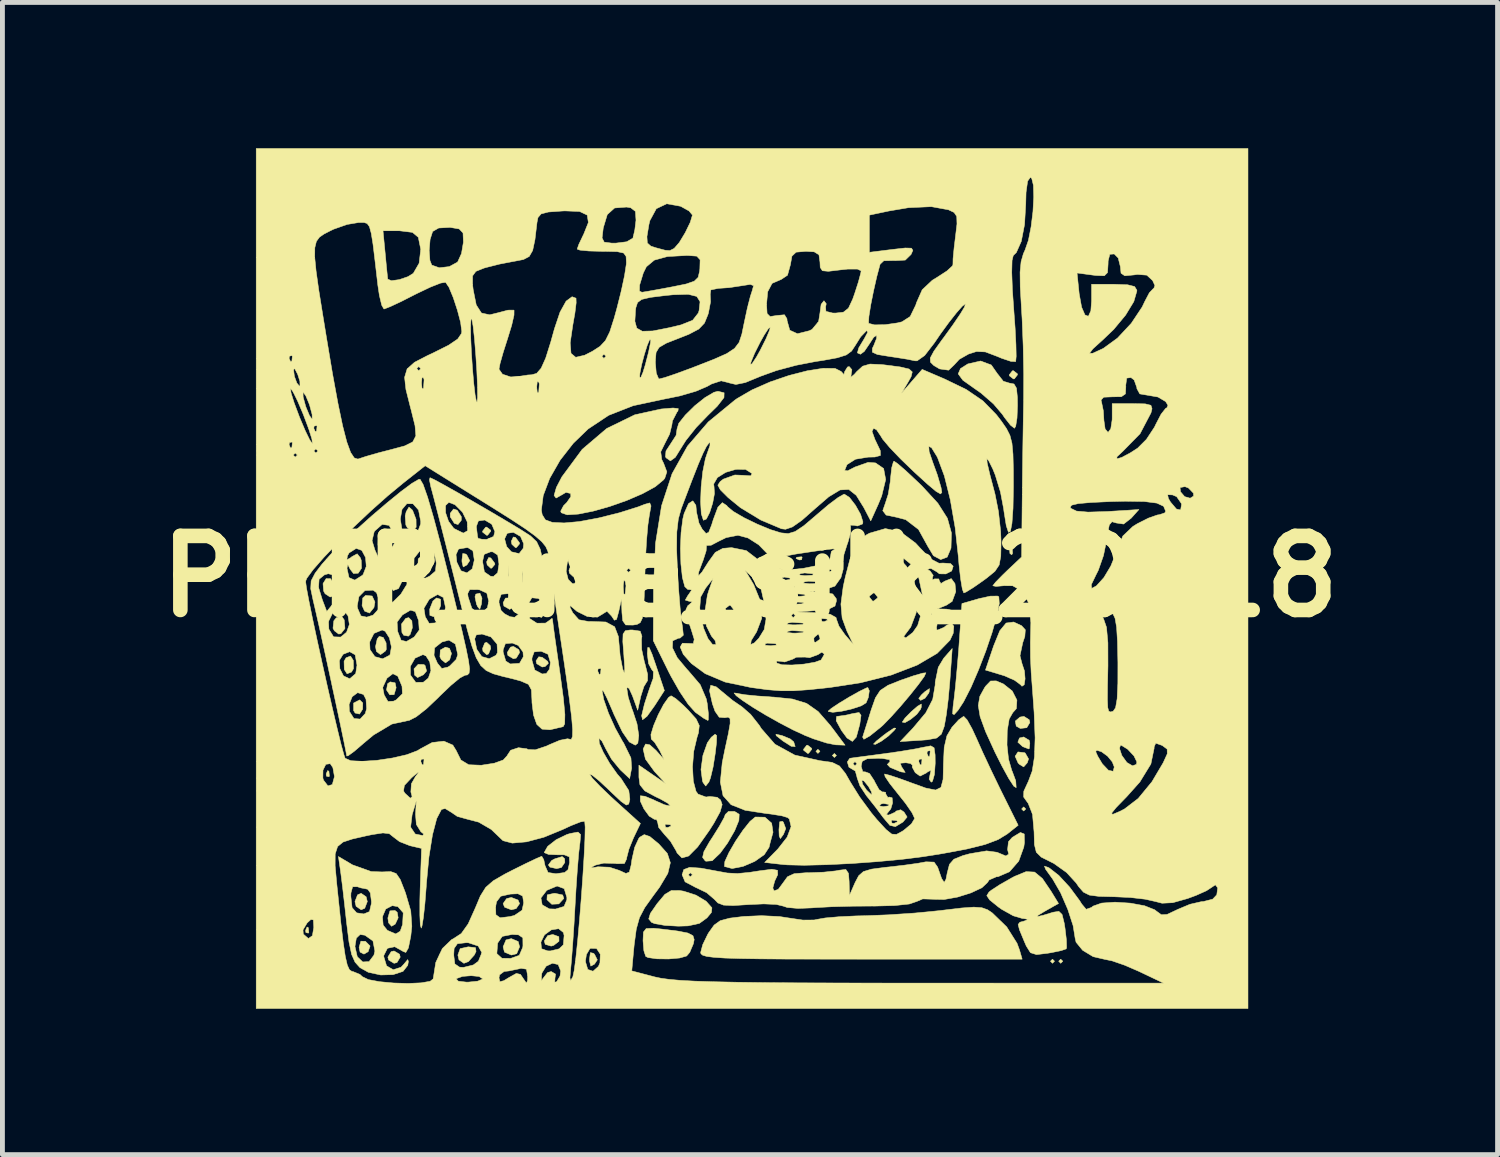
<source format=kicad_pcb>
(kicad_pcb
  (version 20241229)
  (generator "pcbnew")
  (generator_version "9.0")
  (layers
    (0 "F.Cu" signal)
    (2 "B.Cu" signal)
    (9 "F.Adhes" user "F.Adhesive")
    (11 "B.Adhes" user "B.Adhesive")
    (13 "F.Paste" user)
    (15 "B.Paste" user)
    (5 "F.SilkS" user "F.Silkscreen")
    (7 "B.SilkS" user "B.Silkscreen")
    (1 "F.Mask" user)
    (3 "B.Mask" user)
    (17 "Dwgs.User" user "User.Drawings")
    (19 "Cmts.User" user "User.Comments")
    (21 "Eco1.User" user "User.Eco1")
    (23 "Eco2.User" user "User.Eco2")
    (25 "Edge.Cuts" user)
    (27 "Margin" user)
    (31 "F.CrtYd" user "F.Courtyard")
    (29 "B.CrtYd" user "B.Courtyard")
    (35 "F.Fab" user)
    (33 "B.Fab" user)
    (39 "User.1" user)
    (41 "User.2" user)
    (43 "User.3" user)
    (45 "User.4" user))
  (footprint "PPTP_uva_silk_20x18"
    (layer "F.Cu")
    (at 12.381 8.81)
    (property "Reference" "PPTP_uva_silk_20x18" (at 0 0 0) (layer "F.SilkS") (effects (font (size 1.524 1.524) (thickness 0.3))))
    (attr through_hole)
    (fp_poly (pts (xy 1.439 3.598) (xy 1.397 3.641) (xy 1.355 3.598) (xy 1.397 3.556) (xy 1.439 3.598)) (stroke (width 0.01) (type solid)) (fill yes) (layer "F.SilkS"))
    (fp_poly (pts (xy 1.778 3.683) (xy 1.736 3.725) (xy 1.693 3.683) (xy 1.736 3.641) (xy 1.778 3.683)) (stroke (width 0.01) (type solid)) (fill yes) (layer "F.SilkS"))
    (fp_poly (pts (xy 5.673 4.784) (xy 5.63 4.826) (xy 5.588 4.784) (xy 5.63 4.741) (xy 5.673 4.784)) (stroke (width 0.01) (type solid)) (fill yes) (layer "F.SilkS"))
    (fp_poly (pts (xy 6.265 7.916) (xy 6.223 7.959) (xy 6.181 7.916) (xy 6.223 7.874) (xy 6.265 7.916)) (stroke (width 0.01) (type solid)) (fill yes) (layer "F.SilkS"))
    (fp_poly (pts (xy 6.435 7.916) (xy 6.392 7.959) (xy 6.35 7.916) (xy 6.392 7.874) (xy 6.435 7.916)) (stroke (width 0.01) (type solid)) (fill yes) (layer "F.SilkS"))
    (fp_poly (pts (xy -9.088 7.225) (xy -9.077 7.325) (xy -9.088 7.338) (xy -9.138 7.326) (xy -9.144 7.281) (xy -9.113 7.212) (xy -9.088 7.225)) (stroke (width 0.01) (type solid)) (fill yes) (layer "F.SilkS"))
    (fp_poly (pts (xy -8.664 4.008) (xy -8.654 4.108) (xy -8.664 4.12) (xy -8.715 4.109) (xy -8.721 4.064) (xy -8.69 3.994) (xy -8.664 4.008)) (stroke (width 0.01) (type solid)) (fill yes) (layer "F.SilkS"))
    (fp_poly (pts (xy 1.072 -0.395) (xy 1.061 -0.345) (xy 1.016 -0.339) (xy 0.946 -0.37) (xy 0.96 -0.395) (xy 1.06 -0.405) (xy 1.072 -0.395)) (stroke (width 0.01) (type solid)) (fill yes) (layer "F.SilkS"))
    (fp_poly (pts (xy 5.392 -0.609) (xy 5.402 -0.476) (xy 5.385 -0.446) (xy 5.347 -0.472) (xy 5.341 -0.557) (xy 5.361 -0.648) (xy 5.392 -0.609)) (stroke (width 0.01) (type solid)) (fill yes) (layer "F.SilkS"))
    (fp_poly (pts (xy -7.913 7.506) (xy -7.817 7.603) (xy -7.857 7.72) (xy -7.943 7.77) (xy -8.023 7.728) (xy -8.043 7.63) (xy -8.006 7.504) (xy -7.913 7.506)) (stroke (width 0.01) (type solid)) (fill yes) (layer "F.SilkS"))
    (fp_poly (pts (xy -7.302 2.188) (xy -7.281 2.289) (xy -7.323 2.432) (xy -7.412 2.435) (xy -7.479 2.335) (xy -7.456 2.206) (xy -7.403 2.169) (xy -7.302 2.188)) (stroke (width 0.01) (type solid)) (fill yes) (layer "F.SilkS"))
    (fp_poly (pts (xy -4.868 0.527) (xy -4.853 0.628) (xy -4.946 0.677) (xy -5.063 0.609) (xy -5.08 0.543) (xy -5.031 0.445) (xy -4.979 0.443) (xy -4.868 0.527)) (stroke (width 0.01) (type solid)) (fill yes) (layer "F.SilkS"))
    (fp_poly (pts (xy -4.749 -0.067) (xy -4.759 0.012) (xy -4.806 0.075) (xy -4.861 0.011) (xy -4.892 -0.113) (xy -4.877 -0.147) (xy -4.793 -0.161) (xy -4.749 -0.067)) (stroke (width 0.01) (type solid)) (fill yes) (layer "F.SilkS"))
    (fp_poly (pts (xy -8.162 1.727) (xy -8.158 1.896) (xy -8.199 1.967) (xy -8.291 2.002) (xy -8.348 1.913) (xy -8.352 1.744) (xy -8.311 1.673) (xy -8.219 1.638) (xy -8.162 1.727)) (stroke (width 0.01) (type solid)) (fill yes) (layer "F.SilkS"))
    (fp_poly (pts (xy -7.967 2.603) (xy -7.97 2.73) (xy -8.034 2.831) (xy -8.125 2.81) (xy -8.156 2.759) (xy -8.156 2.604) (xy -8.032 2.54) (xy -8.029 2.54) (xy -7.967 2.603)) (stroke (width 0.01) (type solid)) (fill yes) (layer "F.SilkS"))
    (fp_poly (pts (xy -7.898 6.59) (xy -7.874 6.689) (xy -7.927 6.827) (xy -8.001 6.858) (xy -8.104 6.787) (xy -8.128 6.689) (xy -8.075 6.551) (xy -8.001 6.519) (xy -7.898 6.59)) (stroke (width 0.01) (type solid)) (fill yes) (layer "F.SilkS"))
    (fp_poly (pts (xy -7.775 0.402) (xy -7.717 0.526) (xy -7.737 0.639) (xy -7.829 0.753) (xy -7.93 0.713) (xy -7.982 0.598) (xy -7.968 0.443) (xy -7.91 0.39) (xy -7.775 0.402)) (stroke (width 0.01) (type solid)) (fill yes) (layer "F.SilkS"))
    (fp_poly (pts (xy -7.259 6.909) (xy -7.239 7.023) (xy -7.299 7.152) (xy -7.375 7.197) (xy -7.437 7.126) (xy -7.451 7.027) (xy -7.408 6.88) (xy -7.305 6.872) (xy -7.259 6.909)) (stroke (width 0.01) (type solid)) (fill yes) (layer "F.SilkS"))
    (fp_poly (pts (xy -7.211 7.772) (xy -7.197 7.832) (xy -7.264 7.944) (xy -7.324 7.959) (xy -7.436 7.891) (xy -7.451 7.832) (xy -7.383 7.719) (xy -7.324 7.705) (xy -7.211 7.772)) (stroke (width 0.01) (type solid)) (fill yes) (layer "F.SilkS"))
    (fp_poly (pts (xy -6.71 1.812) (xy -6.685 1.832) (xy -6.654 1.945) (xy -6.72 2.023) (xy -6.841 2.08) (xy -6.902 2.029) (xy -6.913 1.9) (xy -6.828 1.809) (xy -6.71 1.812)) (stroke (width 0.01) (type solid)) (fill yes) (layer "F.SilkS"))
    (fp_poly (pts (xy -6.367 0.469) (xy -6.364 0.598) (xy -6.43 0.765) (xy -6.505 0.828) (xy -6.587 0.801) (xy -6.59 0.672) (xy -6.524 0.505) (xy -6.449 0.442) (xy -6.367 0.469)) (stroke (width 0.01) (type solid)) (fill yes) (layer "F.SilkS"))
    (fp_poly (pts (xy -6.184 1.479) (xy -6.142 1.584) (xy -6.18 1.716) (xy -6.265 1.778) (xy -6.35 1.711) (xy -6.38 1.654) (xy -6.372 1.513) (xy -6.266 1.454) (xy -6.184 1.479)) (stroke (width 0.01) (type solid)) (fill yes) (layer "F.SilkS"))
    (fp_poly (pts (xy -6.024 -1.363) (xy -5.939 -1.229) (xy -5.94 -1.156) (xy -6.008 -1.068) (xy -6.083 -1.092) (xy -6.168 -1.226) (xy -6.168 -1.299) (xy -6.1 -1.388) (xy -6.024 -1.363)) (stroke (width 0.01) (type solid)) (fill yes) (layer "F.SilkS"))
    (fp_poly (pts (xy -5.846 -0.46) (xy -5.825 -0.44) (xy -5.767 -0.325) (xy -5.825 -0.237) (xy -5.901 -0.195) (xy -5.926 -0.298) (xy -5.927 -0.339) (xy -5.91 -0.473) (xy -5.846 -0.46)) (stroke (width 0.01) (type solid)) (fill yes) (layer "F.SilkS"))
    (fp_poly (pts (xy -5.515 0.446) (xy -5.525 0.565) (xy -5.56 0.674) (xy -5.603 0.624) (xy -5.628 0.568) (xy -5.659 0.419) (xy -5.641 0.363) (xy -5.557 0.344) (xy -5.515 0.446)) (stroke (width 0.01) (type solid)) (fill yes) (layer "F.SilkS"))
    (fp_poly (pts (xy -5.344 1.423) (xy -5.334 1.482) (xy -5.38 1.594) (xy -5.419 1.609) (xy -5.494 1.54) (xy -5.503 1.482) (xy -5.458 1.369) (xy -5.419 1.355) (xy -5.344 1.423)) (stroke (width 0.01) (type solid)) (fill yes) (layer "F.SilkS"))
    (fp_poly (pts (xy -5.336 -0.952) (xy -5.334 -0.931) (xy -5.398 -0.849) (xy -5.419 -0.847) (xy -5.501 -0.911) (xy -5.503 -0.931) (xy -5.439 -1.014) (xy -5.419 -1.016) (xy -5.336 -0.952)) (stroke (width 0.01) (type solid)) (fill yes) (layer "F.SilkS"))
    (fp_poly (pts (xy -5.334 -0.381) (xy -5.253 -0.273) (xy -5.249 -0.249) (xy -5.314 -0.172) (xy -5.334 -0.169) (xy -5.408 -0.238) (xy -5.419 -0.301) (xy -5.378 -0.389) (xy -5.334 -0.381)) (stroke (width 0.01) (type solid)) (fill yes) (layer "F.SilkS"))
    (fp_poly (pts (xy -4.826 -0.804) (xy -4.745 -0.696) (xy -4.741 -0.672) (xy -4.806 -0.595) (xy -4.826 -0.593) (xy -4.9 -0.662) (xy -4.911 -0.725) (xy -4.87 -0.812) (xy -4.826 -0.804)) (stroke (width 0.01) (type solid)) (fill yes) (layer "F.SilkS"))
    (fp_poly (pts (xy -4.773 6.657) (xy -4.741 6.731) (xy -4.812 6.834) (xy -4.911 6.858) (xy -5.049 6.805) (xy -5.08 6.731) (xy -5.009 6.628) (xy -4.911 6.604) (xy -4.773 6.657)) (stroke (width 0.01) (type solid)) (fill yes) (layer "F.SilkS"))
    (fp_poly (pts (xy -4.769 7.511) (xy -4.741 7.62) (xy -4.801 7.762) (xy -4.911 7.789) (xy -5.052 7.729) (xy -5.08 7.62) (xy -5.02 7.478) (xy -4.911 7.451) (xy -4.769 7.511)) (stroke (width 0.01) (type solid)) (fill yes) (layer "F.SilkS"))
    (fp_poly (pts (xy -4.756 1.507) (xy -4.741 1.566) (xy -4.809 1.679) (xy -4.868 1.693) (xy -4.981 1.626) (xy -4.995 1.566) (xy -4.928 1.454) (xy -4.868 1.439) (xy -4.756 1.507)) (stroke (width 0.01) (type solid)) (fill yes) (layer "F.SilkS"))
    (fp_poly (pts (xy -4.276 1.663) (xy -4.164 1.746) (xy -4.149 1.787) (xy -4.217 1.854) (xy -4.276 1.863) (xy -4.388 1.796) (xy -4.403 1.738) (xy -4.347 1.653) (xy -4.276 1.663)) (stroke (width 0.01) (type solid)) (fill yes) (layer "F.SilkS"))
    (fp_poly (pts (xy -4.259 0.695) (xy -4.233 0.767) (xy -4.287 0.842) (xy -4.394 0.815) (xy -4.448 0.756) (xy -4.471 0.642) (xy -4.459 0.621) (xy -4.36 0.615) (xy -4.259 0.695)) (stroke (width 0.01) (type solid)) (fill yes) (layer "F.SilkS"))
    (fp_poly (pts (xy -3.933 7.411) (xy -3.93 7.505) (xy -4.039 7.59) (xy -4.092 7.605) (xy -4.213 7.569) (xy -4.233 7.499) (xy -4.162 7.389) (xy -4.057 7.366) (xy -3.933 7.411)) (stroke (width 0.01) (type solid)) (fill yes) (layer "F.SilkS"))
    (fp_poly (pts (xy -3.854 6.553) (xy -3.831 6.625) (xy -3.934 6.737) (xy -4.079 6.744) (xy -4.178 6.65) (xy -4.172 6.551) (xy -4.03 6.519) (xy -4.012 6.519) (xy -3.854 6.553)) (stroke (width 0.01) (type solid)) (fill yes) (layer "F.SilkS"))
    (fp_poly (pts (xy -3.566 -0.185) (xy -3.556 -0.127) (xy -3.602 -0.014) (xy -3.641 0) (xy -3.716 -0.069) (xy -3.725 -0.127) (xy -3.68 -0.24) (xy -3.641 -0.254) (xy -3.566 -0.185)) (stroke (width 0.01) (type solid)) (fill yes) (layer "F.SilkS"))
    (fp_poly (pts (xy -3.221 7.753) (xy -3.2 7.772) (xy -3.142 7.888) (xy -3.2 7.976) (xy -3.276 8.017) (xy -3.301 7.915) (xy -3.302 7.874) (xy -3.285 7.739) (xy -3.221 7.753)) (stroke (width 0.01) (type solid)) (fill yes) (layer "F.SilkS"))
    (fp_poly (pts (xy 0.686 5.055) (xy 0.735 5.188) (xy 0.689 5.305) (xy 0.625 5.393) (xy 0.6 5.342) (xy 0.595 5.211) (xy 0.61 5.048) (xy 0.665 5.037) (xy 0.686 5.055)) (stroke (width 0.01) (type solid)) (fill yes) (layer "F.SilkS"))
    (fp_poly (pts (xy 1.268 3.536) (xy 1.27 3.556) (xy 1.206 3.638) (xy 1.185 3.641) (xy 1.103 3.576) (xy 1.101 3.556) (xy 1.165 3.474) (xy 1.185 3.471) (xy 1.268 3.536)) (stroke (width 0.01) (type solid)) (fill yes) (layer "F.SilkS"))
    (fp_poly (pts (xy 3.686 2.374) (xy 3.676 2.401) (xy 3.6 2.505) (xy 3.51 2.549) (xy 3.471 2.508) (xy 3.528 2.435) (xy 3.6 2.369) (xy 3.692 2.307) (xy 3.686 2.374)) (stroke (width 0.01) (type solid)) (fill yes) (layer "F.SilkS"))
    (fp_poly (pts (xy 5.501 -4.169) (xy 5.503 -4.149) (xy 5.439 -4.066) (xy 5.419 -4.064) (xy 5.336 -4.128) (xy 5.334 -4.149) (xy 5.398 -4.231) (xy 5.419 -4.233) (xy 5.501 -4.169)) (stroke (width 0.01) (type solid)) (fill yes) (layer "F.SilkS"))
    (fp_poly (pts (xy 5.743 2.947) (xy 5.757 3.006) (xy 5.694 3.112) (xy 5.561 3.127) (xy 5.477 3.079) (xy 5.458 2.975) (xy 5.555 2.893) (xy 5.635 2.879) (xy 5.743 2.947)) (stroke (width 0.01) (type solid)) (fill yes) (layer "F.SilkS"))
    (fp_poly (pts (xy -8.63 0.046) (xy -8.565 0.154) (xy -8.557 0.303) (xy -8.604 0.411) (xy -8.639 0.423) (xy -8.742 0.356) (xy -8.773 0.3) (xy -8.785 0.147) (xy -8.721 0.044) (xy -8.63 0.046)) (stroke (width 0.01) (type solid)) (fill yes) (layer "F.SilkS"))
    (fp_poly (pts (xy -8.349 0.894) (xy -8.334 1.07) (xy -8.417 1.177) (xy -8.463 1.185) (xy -8.551 1.118) (xy -8.58 1.065) (xy -8.563 0.913) (xy -8.514 0.851) (xy -8.407 0.811) (xy -8.349 0.894)) (stroke (width 0.01) (type solid)) (fill yes) (layer "F.SilkS"))
    (fp_poly (pts (xy -7.546 1.254) (xy -7.487 1.368) (xy -7.484 1.502) (xy -7.498 1.532) (xy -7.602 1.608) (xy -7.687 1.543) (xy -7.705 1.444) (xy -7.67 1.285) (xy -7.629 1.233) (xy -7.546 1.254)) (stroke (width 0.01) (type solid)) (fill yes) (layer "F.SilkS"))
    (fp_poly (pts (xy -7.19 -0.02) (xy -7.168 0.119) (xy -7.232 0.248) (xy -7.234 0.25) (xy -7.341 0.29) (xy -7.399 0.206) (xy -7.414 0.03) (xy -7.331 -0.076) (xy -7.285 -0.085) (xy -7.19 -0.02)) (stroke (width 0.01) (type solid)) (fill yes) (layer "F.SilkS"))
    (fp_poly (pts (xy -6.957 0.913) (xy -6.947 1.055) (xy -6.992 1.192) (xy -7.028 1.228) (xy -7.125 1.21) (xy -7.162 1.152) (xy -7.171 0.979) (xy -7.083 0.862) (xy -7.022 0.847) (xy -6.957 0.913)) (stroke (width 0.01) (type solid)) (fill yes) (layer "F.SilkS"))
    (fp_poly (pts (xy -6.622 -0.426) (xy -6.579 -0.376) (xy -6.551 -0.213) (xy -6.631 -0.1) (xy -6.696 -0.085) (xy -6.794 -0.153) (xy -6.831 -0.22) (xy -6.827 -0.361) (xy -6.736 -0.443) (xy -6.622 -0.426)) (stroke (width 0.01) (type solid)) (fill yes) (layer "F.SilkS"))
    (fp_poly (pts (xy -5.648 7.637) (xy -5.637 7.716) (xy -5.673 7.789) (xy -5.794 7.924) (xy -5.887 7.959) (xy -5.988 7.888) (xy -6.011 7.789) (xy -5.963 7.657) (xy -5.797 7.62) (xy -5.648 7.637)) (stroke (width 0.01) (type solid)) (fill yes) (layer "F.SilkS"))
    (fp_poly (pts (xy -3.814 5.807) (xy -3.81 5.884) (xy -3.881 5.988) (xy -3.979 6.011) (xy -4.117 5.98) (xy -4.149 5.936) (xy -4.081 5.844) (xy -4.015 5.809) (xy -3.864 5.763) (xy -3.814 5.807)) (stroke (width 0.01) (type solid)) (fill yes) (layer "F.SilkS"))
    (fp_poly (pts (xy 5.649 3.626) (xy 5.662 3.634) (xy 5.731 3.754) (xy 5.704 3.834) (xy 5.63 3.918) (xy 5.541 3.864) (xy 5.515 3.837) (xy 5.454 3.699) (xy 5.513 3.61) (xy 5.649 3.626)) (stroke (width 0.01) (type solid)) (fill yes) (layer "F.SilkS"))
    (fp_poly (pts (xy 5.743 3.37) (xy 5.757 3.429) (xy 5.746 3.538) (xy 5.736 3.549) (xy 5.651 3.517) (xy 5.609 3.5) (xy 5.51 3.41) (xy 5.544 3.323) (xy 5.63 3.302) (xy 5.743 3.37)) (stroke (width 0.01) (type solid)) (fill yes) (layer "F.SilkS"))
    (fp_poly (pts (xy -7.457 -0.904) (xy -7.434 -0.846) (xy -7.402 -0.642) (xy -7.471 -0.522) (xy -7.531 -0.508) (xy -7.618 -0.576) (xy -7.655 -0.646) (xy -7.651 -0.822) (xy -7.605 -0.907) (xy -7.519 -0.977) (xy -7.457 -0.904)) (stroke (width 0.01) (type solid)) (fill yes) (layer "F.SilkS"))
    (fp_poly (pts (xy 0.656 3.273) (xy 0.657 3.273) (xy 0.829 3.344) (xy 0.899 3.403) (xy 0.929 3.5) (xy 0.848 3.494) (xy 0.677 3.385) (xy 0.676 3.384) (xy 0.539 3.276) (xy 0.533 3.246) (xy 0.656 3.273)) (stroke (width 0.01) (type solid)) (fill yes) (layer "F.SilkS"))
    (fp_poly (pts (xy 2.999 3.123) (xy 2.97 3.163) (xy 2.85 3.28) (xy 2.702 3.389) (xy 2.581 3.454) (xy 2.54 3.448) (xy 2.601 3.385) (xy 2.755 3.262) (xy 2.815 3.217) (xy 2.965 3.118) (xy 2.999 3.123)) (stroke (width 0.01) (type solid)) (fill yes) (layer "F.SilkS"))
    (fp_poly (pts (xy 5.546 0.476) (xy 5.612 0.623) (xy 5.625 0.758) (xy 5.601 0.796) (xy 5.482 0.793) (xy 5.427 0.767) (xy 5.357 0.657) (xy 5.354 0.512) (xy 5.413 0.411) (xy 5.457 0.402) (xy 5.546 0.476)) (stroke (width 0.01) (type solid)) (fill yes) (layer "F.SilkS"))
    (fp_poly (pts (xy -6.949 -1.368) (xy -6.939 -1.352) (xy -6.871 -1.176) (xy -6.869 -1.013) (xy -6.934 -0.932) (xy -6.945 -0.931) (xy -7.048 -0.999) (xy -7.081 -1.058) (xy -7.095 -1.245) (xy -7.074 -1.331) (xy -7.017 -1.428) (xy -6.949 -1.368)) (stroke (width 0.01) (type solid)) (fill yes) (layer "F.SilkS"))
    (fp_poly (pts (xy 3.524 2.688) (xy 3.509 2.732) (xy 3.432 2.835) (xy 3.306 2.939) (xy 3.188 3.007) (xy 3.133 2.997) (xy 3.133 2.995) (xy 3.189 2.912) (xy 3.315 2.784) (xy 3.449 2.668) (xy 3.524 2.625) (xy 3.524 2.688)) (stroke (width 0.01) (type solid)) (fill yes) (layer "F.SilkS"))
    (fp_poly (pts (xy 2.284 2.856) (xy 2.259 3.036) (xy 2.255 3.053) (xy 2.187 3.305) (xy 2.106 3.394) (xy 1.995 3.323) (xy 1.883 3.171) (xy 1.773 2.969) (xy 1.78 2.881) (xy 1.798 2.878) (xy 1.96 2.856) (xy 2.109 2.822) (xy 2.243 2.799) (xy 2.284 2.856)) (stroke (width 0.01) (type solid)) (fill yes) (layer "F.SilkS"))
    (fp_poly (pts (xy -0.686 3.273) (xy -0.69 3.418) (xy -0.715 3.636) (xy -0.76 3.92) (xy -0.814 4.146) (xy -0.846 4.229) (xy -0.912 4.312) (xy -0.966 4.24) (xy -0.978 4.208) (xy -1.009 3.971) (xy -0.969 3.681) (xy -0.877 3.421) (xy -0.797 3.308) (xy -0.719 3.246) (xy -0.686 3.273)) (stroke (width 0.01) (type solid)) (fill yes) (layer "F.SilkS"))
    (fp_poly (pts (xy 2.454 2.351) (xy 2.434 2.49) (xy 2.388 2.6) (xy 2.288 2.662) (xy 2.1 2.724) (xy 1.886 2.773) (xy 1.703 2.795) (xy 1.611 2.778) (xy 1.609 2.77) (xy 1.675 2.712) (xy 1.838 2.604) (xy 2.046 2.478) (xy 2.248 2.365) (xy 2.391 2.295) (xy 2.424 2.286) (xy 2.454 2.351)) (stroke (width 0.01) (type solid)) (fill yes) (layer "F.SilkS"))
    (fp_poly (pts (xy -0.223 4.893) (xy -0.229 5.019) (xy -0.316 5.232) (xy -0.461 5.483) (xy -0.614 5.693) (xy -0.778 5.849) (xy -0.907 5.859) (xy -0.923 5.85) (xy -0.976 5.78) (xy -0.948 5.66) (xy -0.83 5.453) (xy -0.775 5.37) (xy -0.63 5.138) (xy -0.533 4.962) (xy -0.508 4.896) (xy -0.445 4.835) (xy -0.317 4.835) (xy -0.223 4.893)) (stroke (width 0.01) (type solid)) (fill yes) (layer "F.SilkS"))
    (fp_poly (pts (xy 4.111 2.159) (xy 4.079 2.518) (xy 4.039 2.842) (xy 3.999 3.069) (xy 3.994 3.09) (xy 3.937 3.244) (xy 3.84 3.324) (xy 3.651 3.36) (xy 3.508 3.371) (xy 3.09 3.397) (xy 3.355 3.117) (xy 3.617 2.804) (xy 3.759 2.527) (xy 3.809 2.233) (xy 3.81 2.174) (xy 3.873 1.869) (xy 3.985 1.682) (xy 4.16 1.482) (xy 4.111 2.159)) (stroke (width 0.01) (type solid)) (fill yes) (layer "F.SilkS"))
    (fp_poly (pts (xy -2.075 1.463) (xy -2.015 1.601) (xy -1.936 1.83) (xy -1.762 2.348) (xy -1.96 2.655) (xy -2.12 2.878) (xy -2.211 2.948) (xy -2.23 2.866) (xy -2.174 2.633) (xy -2.165 2.603) (xy -2.082 2.349) (xy -2.011 2.146) (xy -1.994 2.104) (xy -1.987 1.959) (xy -2.026 1.909) (xy -2.088 1.792) (xy -2.113 1.589) (xy -2.113 1.583) (xy -2.104 1.461) (xy -2.075 1.463)) (stroke (width 0.01) (type solid)) (fill yes) (layer "F.SilkS"))
    (fp_poly (pts (xy -1.841 7.252) (xy -1.49 7.295) (xy -1.278 7.336) (xy -1.174 7.391) (xy -1.149 7.471) (xy -1.165 7.556) (xy -1.24 7.733) (xy -1.305 7.809) (xy -1.448 7.85) (xy -1.675 7.87) (xy -1.915 7.867) (xy -2.097 7.841) (xy -2.145 7.818) (xy -2.184 7.701) (xy -2.201 7.497) (xy -2.201 7.487) (xy -2.193 7.316) (xy -2.136 7.244) (xy -1.985 7.238) (xy -1.841 7.252)) (stroke (width 0.01) (type solid)) (fill yes) (layer "F.SilkS"))
    (fp_poly (pts (xy 0.306 4.953) (xy 0.445 5.075) (xy 0.473 5.264) (xy 0.467 5.286) (xy 0.413 5.482) (xy 0.392 5.572) (xy 0.294 5.723) (xy 0.097 5.862) (xy -0.143 5.965) (xy -0.368 6.009) (xy -0.522 5.969) (xy -0.526 5.965) (xy -0.518 5.866) (xy -0.433 5.68) (xy -0.3 5.45) (xy -0.146 5.222) (xy -0.001 5.04) (xy 0.109 4.949) (xy 0.11 4.949) (xy 0.306 4.953)) (stroke (width 0.01) (type solid)) (fill yes) (layer "F.SilkS"))
    (fp_poly (pts (xy 5.587 1.013) (xy 5.664 1.097) (xy 5.654 1.235) (xy 5.611 1.362) (xy 5.554 1.631) (xy 5.596 1.794) (xy 5.646 1.944) (xy 5.659 2.106) (xy 5.641 2.228) (xy 5.595 2.259) (xy 5.563 2.225) (xy 5.444 2.136) (xy 5.232 2.043) (xy 5.17 2.024) (xy 4.844 1.926) (xy 5.012 1.429) (xy 5.139 1.117) (xy 5.269 0.958) (xy 5.422 0.937) (xy 5.587 1.013)) (stroke (width 0.01) (type solid)) (fill yes) (layer "F.SilkS"))
    (fp_poly (pts (xy -1.446 6.462) (xy -1.366 6.475) (xy -1.111 6.557) (xy -0.905 6.681) (xy -0.894 6.692) (xy -0.784 6.817) (xy -0.794 6.913) (xy -0.886 7.024) (xy -1.042 7.138) (xy -1.275 7.189) (xy -1.474 7.195) (xy -1.747 7.18) (xy -1.961 7.143) (xy -2.026 7.117) (xy -2.084 7.046) (xy -2.05 6.932) (xy -1.913 6.734) (xy -1.91 6.73) (xy -1.751 6.54) (xy -1.618 6.461) (xy -1.446 6.462)) (stroke (width 0.01) (type solid)) (fill yes) (layer "F.SilkS"))
    (fp_poly (pts (xy -0.533 -3.779) (xy -0.536 -3.68) (xy -0.673 -3.504) (xy -0.874 -3.307) (xy -1.111 -3.061) (xy -1.317 -2.802) (xy -1.401 -2.67) (xy -1.537 -2.451) (xy -1.638 -2.378) (xy -1.725 -2.44) (xy -1.74 -2.462) (xy -1.729 -2.582) (xy -1.628 -2.737) (xy -1.52 -2.905) (xy -1.502 -3.034) (xy -1.466 -3.151) (xy -1.33 -3.322) (xy -1.137 -3.512) (xy -0.927 -3.68) (xy -0.742 -3.789) (xy -0.66 -3.81) (xy -0.533 -3.779)) (stroke (width 0.01) (type solid)) (fill yes) (layer "F.SilkS"))
    (fp_poly (pts (xy 5.119 0.418) (xy 5.128 0.557) (xy 5.077 0.814) (xy 4.981 1.151) (xy 4.852 1.532) (xy 4.702 1.921) (xy 4.546 2.282) (xy 4.395 2.577) (xy 4.281 2.752) (xy 4.2 2.842) (xy 4.168 2.827) (xy 4.177 2.682) (xy 4.196 2.533) (xy 4.226 2.27) (xy 4.26 1.902) (xy 4.294 1.496) (xy 4.304 1.352) (xy 4.36 0.557) (xy 4.719 0.454) (xy 4.944 0.405) (xy 5.093 0.403) (xy 5.119 0.418)) (stroke (width 0.01) (type solid)) (fill yes) (layer "F.SilkS"))
    (fp_poly (pts (xy 3.585 2.057) (xy 3.466 2.221) (xy 3.292 2.44) (xy 3.093 2.676) (xy 2.896 2.895) (xy 2.733 3.062) (xy 2.695 3.096) (xy 2.465 3.281) (xy 2.342 3.35) (xy 2.317 3.306) (xy 2.323 3.285) (xy 2.367 3.146) (xy 2.442 2.908) (xy 2.494 2.741) (xy 2.581 2.495) (xy 2.679 2.345) (xy 2.837 2.24) (xy 3.105 2.133) (xy 3.111 2.131) (xy 3.368 2.042) (xy 3.553 1.989) (xy 3.619 1.982) (xy 3.585 2.057)) (stroke (width 0.01) (type solid)) (fill yes) (layer "F.SilkS"))
    (fp_poly (pts (xy 4.964 -4.351) (xy 5.084 -4.179) (xy 5.211 -4.017) (xy 5.332 -3.979) (xy 5.431 -3.96) (xy 5.482 -3.874) (xy 5.501 -3.682) (xy 5.503 -3.514) (xy 5.493 -3.259) (xy 5.466 -3.09) (xy 5.44 -3.049) (xy 5.358 -3.114) (xy 5.232 -3.275) (xy 5.192 -3.335) (xy 5.008 -3.551) (xy 4.751 -3.774) (xy 4.624 -3.863) (xy 4.379 -4.037) (xy 4.283 -4.168) (xy 4.33 -4.277) (xy 4.48 -4.372) (xy 4.744 -4.433) (xy 4.964 -4.351)) (stroke (width 0.01) (type solid)) (fill yes) (layer "F.SilkS"))
    (fp_poly (pts (xy -0.25 2.406) (xy -0.233 2.412) (xy -0.1 2.434) (xy 0.15 2.459) (xy 0.463 2.481) (xy 0.479 2.481) (xy 0.875 2.522) (xy 1.163 2.611) (xy 1.402 2.779) (xy 1.647 3.059) (xy 1.719 3.154) (xy 1.956 3.471) (xy 1.761 3.464) (xy 1.574 3.427) (xy 1.307 3.341) (xy 1.135 3.273) (xy 0.883 3.156) (xy 0.604 3.01) (xy 0.323 2.852) (xy 0.065 2.696) (xy -0.146 2.557) (xy -0.285 2.453) (xy -0.328 2.397) (xy -0.25 2.406)) (stroke (width 0.01) (type solid)) (fill yes) (layer "F.SilkS"))
    (fp_poly (pts (xy 3.044 -2.315) (xy 3.213 -2.168) (xy 3.44 -1.955) (xy 3.537 -1.862) (xy 3.864 -1.507) (xy 4.061 -1.197) (xy 4.144 -0.895) (xy 4.135 -0.583) (xy 4.057 -0.398) (xy 3.922 -0.347) (xy 3.773 -0.427) (xy 3.658 -0.619) (xy 3.467 -0.966) (xy 3.203 -1.169) (xy 3.015 -1.218) (xy 2.8 -1.263) (xy 2.731 -1.353) (xy 2.783 -1.503) (xy 2.844 -1.692) (xy 2.886 -1.954) (xy 2.891 -2.019) (xy 2.915 -2.236) (xy 2.95 -2.36) (xy 2.964 -2.371) (xy 3.044 -2.315)) (stroke (width 0.01) (type solid)) (fill yes) (layer "F.SilkS"))
    (fp_poly (pts (xy 5.214 2.212) (xy 5.396 2.357) (xy 5.491 2.544) (xy 5.48 2.719) (xy 5.406 2.802) (xy 5.332 2.932) (xy 5.292 3.172) (xy 5.287 3.466) (xy 5.318 3.757) (xy 5.385 3.99) (xy 5.393 4.006) (xy 5.467 4.204) (xy 5.476 4.345) (xy 5.476 4.345) (xy 5.427 4.315) (xy 5.324 4.158) (xy 5.182 3.899) (xy 5.039 3.614) (xy 4.847 3.194) (xy 4.734 2.885) (xy 4.696 2.655) (xy 4.728 2.467) (xy 4.826 2.288) (xy 4.851 2.253) (xy 4.949 2.151) (xy 5.065 2.149) (xy 5.214 2.212)) (stroke (width 0.01) (type solid)) (fill yes) (layer "F.SilkS"))
    (fp_poly (pts (xy -1.476 -3.454) (xy -1.483 -3.404) (xy -1.503 -3.381) (xy -1.596 -3.2) (xy -1.609 -3.113) (xy -1.654 -2.93) (xy -1.748 -2.745) (xy -1.837 -2.564) (xy -1.816 -2.406) (xy -1.777 -2.327) (xy -1.711 -2.152) (xy -1.754 -2.02) (xy -1.781 -1.986) (xy -1.95 -1.846) (xy -2.214 -1.702) (xy -2.537 -1.563) (xy -2.887 -1.44) (xy -3.23 -1.343) (xy -3.533 -1.283) (xy -3.762 -1.268) (xy -3.884 -1.311) (xy -3.895 -1.344) (xy -3.837 -1.455) (xy -3.769 -1.523) (xy -3.686 -1.644) (xy -3.691 -1.707) (xy -3.787 -1.73) (xy -3.862 -1.685) (xy -3.99 -1.613) (xy -4.031 -1.667) (xy -3.984 -1.832) (xy -3.871 -2.049) (xy -3.453 -2.615) (xy -2.949 -3.044) (xy -2.371 -3.326) (xy -1.831 -3.445) (xy -1.584 -3.466) (xy -1.476 -3.454)) (stroke (width 0.01) (type solid)) (fill yes) (layer "F.SilkS"))
    (fp_poly (pts (xy 4.769 6.815) (xy 4.887 6.857) (xy 4.985 6.923) (xy 5.281 7.21) (xy 5.494 7.548) (xy 5.544 7.684) (xy 5.599 7.874) (xy 2.292 7.874) (xy 1.452 7.873) (xy 0.767 7.872) (xy 0.22 7.868) (xy -0.203 7.861) (xy -0.518 7.851) (xy -0.742 7.836) (xy -0.887 7.818) (xy -0.971 7.794) (xy -1.009 7.764) (xy -1.016 7.736) (xy -0.973 7.575) (xy -0.869 7.36) (xy -0.847 7.324) (xy -0.738 7.172) (xy -0.613 7.082) (xy -0.418 7.03) (xy -0.133 6.995) (xy 0.237 6.979) (xy 0.607 6.997) (xy 0.808 7.028) (xy 1.084 7.069) (xy 1.318 7.068) (xy 1.386 7.054) (xy 1.548 7.026) (xy 1.83 7.001) (xy 2.185 6.984) (xy 2.371 6.98) (xy 2.856 6.961) (xy 3.402 6.924) (xy 3.903 6.875) (xy 3.975 6.866) (xy 4.353 6.821) (xy 4.604 6.803) (xy 4.769 6.815)) (stroke (width 0.01) (type solid)) (fill yes) (layer "F.SilkS"))
    (fp_poly (pts (xy 5.855 6.082) (xy 6.015 6.214) (xy 6.193 6.476) (xy 6.347 6.728) (xy 6.073 6.883) (xy 5.926 6.971) (xy 5.91 6.999) (xy 6.034 6.97) (xy 6.238 6.908) (xy 6.354 6.89) (xy 6.42 6.954) (xy 6.465 7.135) (xy 6.481 7.239) (xy 6.509 7.476) (xy 6.513 7.633) (xy 6.505 7.662) (xy 6.407 7.696) (xy 6.204 7.739) (xy 6.119 7.753) (xy 5.894 7.78) (xy 5.77 7.741) (xy 5.683 7.602) (xy 5.636 7.493) (xy 5.544 7.271) (xy 5.516 7.16) (xy 5.552 7.114) (xy 5.652 7.086) (xy 5.723 7.055) (xy 5.632 7.039) (xy 5.604 7.037) (xy 5.415 6.981) (xy 5.182 6.851) (xy 5.108 6.799) (xy 4.93 6.655) (xy 4.871 6.567) (xy 4.916 6.494) (xy 4.966 6.454) (xy 5.141 6.34) (xy 5.382 6.203) (xy 5.446 6.169) (xy 5.68 6.073) (xy 5.855 6.082)) (stroke (width 0.01) (type solid)) (fill yes) (layer "F.SilkS"))
    (fp_poly (pts (xy -1.53 2.511) (xy -1.369 2.653) (xy -1.276 2.745) (xy -1.108 2.932) (xy -1.044 3.068) (xy -1.061 3.218) (xy -1.09 3.308) (xy -1.158 3.597) (xy -1.183 3.916) (xy -1.167 4.21) (xy -1.111 4.421) (xy -1.069 4.478) (xy -0.906 4.538) (xy -0.829 4.527) (xy -0.676 4.543) (xy -0.606 4.598) (xy -0.573 4.694) (xy -0.615 4.842) (xy -0.743 5.076) (xy -0.837 5.224) (xy -1.077 5.564) (xy -1.262 5.751) (xy -1.401 5.791) (xy -1.501 5.688) (xy -1.517 5.65) (xy -1.637 5.447) (xy -1.766 5.302) (xy -1.88 5.163) (xy -1.891 5.108) (xy -1.75 5.108) (xy -1.738 5.159) (xy -1.693 5.165) (xy -1.624 5.134) (xy -1.637 5.108) (xy -1.737 5.098) (xy -1.75 5.108) (xy -1.891 5.108) (xy -1.898 5.069) (xy -1.921 5.004) (xy -1.971 4.995) (xy -2.074 4.931) (xy -2.182 4.784) (xy -2.257 4.623) (xy -2.257 4.515) (xy -2.255 4.512) (xy -2.163 4.522) (xy -1.985 4.595) (xy -1.947 4.614) (xy -1.761 4.697) (xy -1.65 4.722) (xy -1.642 4.718) (xy -1.689 4.667) (xy -1.849 4.576) (xy -1.946 4.53) (xy -2.166 4.411) (xy -2.265 4.287) (xy -2.286 4.13) (xy -2.286 3.883) (xy -2.011 4.073) (xy -1.736 4.262) (xy -1.968 4.01) (xy -2.152 3.757) (xy -2.199 3.55) (xy -2.148 3.447) (xy -2.063 3.464) (xy -1.932 3.581) (xy -1.768 3.768) (xy -1.858 3.582) (xy -1.961 3.416) (xy -2.032 3.345) (xy -2.039 3.252) (xy -1.983 3.067) (xy -1.888 2.843) (xy -1.777 2.632) (xy -1.675 2.488) (xy -1.624 2.455) (xy -1.53 2.511)) (stroke (width 0.01) (type solid)) (fill yes) (layer "F.SilkS"))
    (fp_poly (pts (xy -8.178 5.934) (xy -7.796 6.071) (xy -7.571 6.079) (xy -7.392 6.072) (xy -7.28 6.112) (xy -7.197 6.234) (xy -7.102 6.475) (xy -7.086 6.519) (xy -6.98 6.881) (xy -6.958 7.197) (xy -6.979 7.397) (xy -7.028 7.642) (xy -7.082 7.736) (xy -7.136 7.715) (xy -7.309 7.618) (xy -7.46 7.65) (xy -7.534 7.796) (xy -7.535 7.823) (xy -7.478 8.011) (xy -7.341 8.091) (xy -7.181 8.04) (xy -7.128 7.984) (xy -7.042 7.882) (xy -7.029 7.921) (xy -7.042 8.001) (xy -7.139 8.125) (xy -7.343 8.192) (xy -7.599 8.199) (xy -7.853 8.144) (xy -8.025 8.048) (xy -8.126 7.936) (xy -8.197 7.776) (xy -8.231 7.613) (xy -8.128 7.613) (xy -8.08 7.824) (xy -7.968 7.931) (xy -7.838 7.924) (xy -7.738 7.792) (xy -7.718 7.708) (xy -7.758 7.499) (xy -7.924 7.381) (xy -8.022 7.367) (xy -8.1 7.441) (xy -8.128 7.613) (xy -8.231 7.613) (xy -8.25 7.527) (xy -8.297 7.15) (xy -8.299 7.138) (xy -8.314 6.999) (xy -7.562 6.999) (xy -7.548 7.173) (xy -7.461 7.281) (xy -7.289 7.355) (xy -7.196 7.298) (xy -7.148 7.159) (xy -7.135 6.919) (xy -7.245 6.793) (xy -7.361 6.773) (xy -7.495 6.842) (xy -7.562 6.999) (xy -8.314 6.999) (xy -8.341 6.756) (xy -8.361 6.581) (xy -8.213 6.581) (xy -8.187 6.814) (xy -8.093 6.921) (xy -7.945 6.943) (xy -7.829 6.895) (xy -7.79 6.729) (xy -7.789 6.689) (xy -7.812 6.51) (xy -7.866 6.435) (xy -7.867 6.435) (xy -8.009 6.407) (xy -8.079 6.383) (xy -8.176 6.384) (xy -8.211 6.512) (xy -8.213 6.581) (xy -8.361 6.581) (xy -8.382 6.399) (xy -8.416 6.13) (xy -8.423 6.077) (xy -8.468 5.762) (xy -8.178 5.934)) (stroke (width 0.01) (type solid)) (fill yes) (layer "F.SilkS"))
    (fp_poly (pts (xy -0.697 2.27) (xy -0.577 2.369) (xy -0.358 2.55) (xy -0.167 2.681) (xy 0.012 2.837) (xy 0.192 3.065) (xy 0.231 3.128) (xy 0.512 3.451) (xy 0.92 3.675) (xy 1.436 3.79) (xy 1.452 3.792) (xy 1.69 3.826) (xy 1.84 3.899) (xy 1.964 4.054) (xy 2.065 4.231) (xy 2.256 4.537) (xy 2.494 4.861) (xy 2.61 5.001) (xy 2.797 5.205) (xy 2.916 5.301) (xy 3.014 5.307) (xy 3.135 5.241) (xy 3.162 5.223) (xy 3.319 5.092) (xy 3.387 4.98) (xy 3.387 4.978) (xy 3.335 4.865) (xy 3.202 4.672) (xy 3.043 4.472) (xy 2.877 4.263) (xy 2.778 4.116) (xy 2.768 4.064) (xy 2.879 4.092) (xy 3.094 4.164) (xy 3.282 4.233) (xy 3.614 4.353) (xy 3.819 4.394) (xy 3.928 4.34) (xy 3.972 4.174) (xy 3.979 3.881) (xy 3.979 3.864) (xy 3.995 3.516) (xy 4.051 3.278) (xy 4.155 3.102) (xy 4.293 2.95) (xy 4.393 2.879) (xy 4.398 2.879) (xy 4.466 2.95) (xy 4.569 3.135) (xy 4.656 3.323) (xy 4.786 3.615) (xy 4.96 3.987) (xy 5.144 4.368) (xy 5.181 4.443) (xy 5.517 5.119) (xy 5.291 5.299) (xy 5.106 5.412) (xy 4.84 5.513) (xy 4.469 5.606) (xy 3.969 5.7) (xy 3.575 5.763) (xy 3.133 5.819) (xy 2.622 5.867) (xy 2.086 5.906) (xy 1.569 5.931) (xy 1.115 5.942) (xy 0.77 5.934) (xy 0.68 5.927) (xy 0.301 5.884) (xy 0.574 5.606) (xy 0.764 5.363) (xy 0.845 5.146) (xy 0.808 4.989) (xy 0.773 4.96) (xy 0.65 4.924) (xy 0.426 4.888) (xy 0.329 4.877) (xy -0.101 4.811) (xy -0.39 4.696) (xy -0.555 4.511) (xy -0.611 4.231) (xy -0.572 3.833) (xy -0.519 3.57) (xy -0.445 3.23) (xy -0.409 3.024) (xy -0.411 2.923) (xy -0.45 2.894) (xy -0.519 2.906) (xy -0.634 2.896) (xy -0.721 2.771) (xy -0.775 2.616) (xy -0.833 2.354) (xy -0.808 2.239) (xy -0.697 2.27)) (stroke (width 0.01) (type solid)) (fill yes) (layer "F.SilkS"))
    (fp_poly (pts (xy 5.642 5.299) (xy 5.646 5.474) (xy 5.633 5.567) (xy 5.528 5.857) (xy 5.337 6.076) (xy 5.102 6.177) (xy 5.068 6.179) (xy 4.921 6.243) (xy 4.883 6.299) (xy 4.77 6.405) (xy 4.546 6.51) (xy 4.268 6.597) (xy 3.994 6.646) (xy 3.781 6.642) (xy 3.775 6.641) (xy 3.553 6.634) (xy 3.432 6.686) (xy 3.277 6.739) (xy 2.976 6.771) (xy 2.552 6.782) (xy 2.523 6.781) (xy 2.106 6.784) (xy 1.69 6.795) (xy 1.348 6.813) (xy 1.27 6.819) (xy 0.988 6.83) (xy 0.765 6.81) (xy 0.682 6.782) (xy 0.54 6.748) (xy 0.284 6.737) (xy -0.029 6.751) (xy -0.349 6.771) (xy -0.545 6.762) (xy -0.662 6.717) (xy -0.733 6.643) (xy -0.893 6.506) (xy -1.119 6.397) (xy -1.123 6.396) (xy -1.336 6.283) (xy -1.397 6.138) (xy -1.27 6.138) (xy -1.228 6.181) (xy -1.185 6.138) (xy -1.228 6.096) (xy -1.27 6.138) (xy -1.397 6.138) (xy -1.363 6.03) (xy -1.243 5.985) (xy -1.011 6.001) (xy -0.72 6.055) (xy -0.469 6.101) (xy -0.258 6.112) (xy -0.009 6.088) (xy 0.191 6.057) (xy 0.449 6.024) (xy 0.566 6.045) (xy 0.569 6.137) (xy 0.508 6.266) (xy 0.469 6.41) (xy 0.495 6.469) (xy 0.581 6.437) (xy 0.679 6.305) (xy 0.771 6.178) (xy 0.908 6.115) (xy 1.144 6.096) (xy 1.221 6.095) (xy 1.513 6.084) (xy 1.761 6.058) (xy 1.841 6.043) (xy 1.971 6.028) (xy 2.026 6.108) (xy 2.039 6.277) (xy 2.046 6.562) (xy 2.161 6.299) (xy 2.235 6.158) (xy 2.332 6.072) (xy 2.497 6.022) (xy 2.777 5.985) (xy 2.853 5.977) (xy 3.177 5.94) (xy 3.456 5.901) (xy 3.619 5.871) (xy 3.787 5.877) (xy 3.86 5.981) (xy 3.942 6.215) (xy 3.995 6.294) (xy 4.032 6.229) (xy 4.057 6.101) (xy 4.103 5.923) (xy 4.194 5.818) (xy 4.379 5.743) (xy 4.523 5.704) (xy 4.866 5.646) (xy 5.084 5.675) (xy 5.089 5.678) (xy 5.265 5.751) (xy 5.322 5.713) (xy 5.299 5.62) (xy 5.317 5.457) (xy 5.396 5.368) (xy 5.563 5.267) (xy 5.642 5.299)) (stroke (width 0.01) (type solid)) (fill yes) (layer "F.SilkS"))
    (fp_poly (pts (xy 3.787 3.525) (xy 3.808 3.671) (xy 3.81 3.843) (xy 3.794 4.074) (xy 3.754 4.214) (xy 3.728 4.233) (xy 3.685 4.17) (xy 3.702 4.085) (xy 3.725 3.986) (xy 3.655 4.02) (xy 3.625 4.044) (xy 3.499 4.107) (xy 3.399 4.036) (xy 3.336 3.921) (xy 3.341 3.883) (xy 3.303 3.848) (xy 3.207 3.833) (xy 3.091 3.842) (xy 3.12 3.921) (xy 3.138 3.944) (xy 3.193 4.031) (xy 3.115 4.022) (xy 3.081 4.011) (xy 2.881 3.928) (xy 2.824 3.867) (xy 2.879 3.81) (xy 3.471 3.81) (xy 3.502 3.88) (xy 3.528 3.866) (xy 3.538 3.766) (xy 3.528 3.754) (xy 3.477 3.765) (xy 3.471 3.81) (xy 2.879 3.81) (xy 2.879 3.81) (xy 2.872 3.77) (xy 2.729 3.745) (xy 2.634 3.741) (xy 2.409 3.751) (xy 2.308 3.803) (xy 2.286 3.905) (xy 2.32 4.018) (xy 2.372 4.021) (xy 2.458 4.053) (xy 2.556 4.201) (xy 2.568 4.229) (xy 2.656 4.388) (xy 2.729 4.437) (xy 2.736 4.432) (xy 2.789 4.44) (xy 2.794 4.478) (xy 2.836 4.547) (xy 2.865 4.538) (xy 2.924 4.553) (xy 2.933 4.659) (xy 2.896 4.783) (xy 2.845 4.846) (xy 2.802 4.9) (xy 2.853 4.909) (xy 2.987 4.85) (xy 3.005 4.827) (xy 3.099 4.8) (xy 3.168 4.847) (xy 3.232 4.949) (xy 3.15 5.049) (xy 3.143 5.055) (xy 2.991 5.147) (xy 2.877 5.121) (xy 2.794 5.024) (xy 2.907 5.024) (xy 2.919 5.074) (xy 2.963 5.08) (xy 3.033 5.049) (xy 3.02 5.024) (xy 2.919 5.013) (xy 2.907 5.024) (xy 2.794 5.024) (xy 2.743 4.963) (xy 2.734 4.951) (xy 2.568 4.728) (xy 2.562 4.721) (xy 2.661 4.721) (xy 2.745 4.735) (xy 2.854 4.719) (xy 2.856 4.69) (xy 2.742 4.67) (xy 2.693 4.683) (xy 2.661 4.721) (xy 2.562 4.721) (xy 2.392 4.507) (xy 2.262 4.309) (xy 2.221 4.193) (xy 2.298 4.193) (xy 2.316 4.273) (xy 2.397 4.394) (xy 2.487 4.48) (xy 2.509 4.487) (xy 2.496 4.427) (xy 2.438 4.322) (xy 2.345 4.208) (xy 2.298 4.193) (xy 2.221 4.193) (xy 2.202 4.139) (xy 2.201 4.128) (xy 2.166 4.002) (xy 2.126 3.979) (xy 2.035 3.924) (xy 2.013 3.852) (xy 2.117 3.852) (xy 2.159 3.895) (xy 2.201 3.852) (xy 2.159 3.81) (xy 2.117 3.852) (xy 2.013 3.852) (xy 2.002 3.815) (xy 2.052 3.742) (xy 2.061 3.74) (xy 2.19 3.722) (xy 2.434 3.69) (xy 2.742 3.649) (xy 2.752 3.648) (xy 2.803 3.641) (xy 3.641 3.641) (xy 3.672 3.71) (xy 3.697 3.697) (xy 3.707 3.597) (xy 3.697 3.584) (xy 3.647 3.596) (xy 3.641 3.641) (xy 2.803 3.641) (xy 3.088 3.6) (xy 3.388 3.55) (xy 3.577 3.512) (xy 3.719 3.485) (xy 3.787 3.525)) (stroke (width 0.01) (type solid)) (fill yes) (layer "F.SilkS"))
    (fp_poly (pts (xy 2.709 -4.359) (xy 2.765 -4.353) (xy 3.089 -4.311) (xy 3.272 -4.268) (xy 3.338 -4.208) (xy 3.314 -4.11) (xy 3.254 -4.002) (xy 3.115 -3.768) (xy 3.328 -4.014) (xy 3.542 -4.26) (xy 3.993 -4.067) (xy 4.45 -3.846) (xy 4.791 -3.613) (xy 5.067 -3.33) (xy 5.172 -3.194) (xy 5.277 -3.042) (xy 5.347 -2.904) (xy 5.389 -2.742) (xy 5.41 -2.516) (xy 5.418 -2.19) (xy 5.419 -1.845) (xy 5.411 -1.402) (xy 5.389 -1.093) (xy 5.357 -0.926) (xy 5.317 -0.908) (xy 5.272 -1.044) (xy 5.224 -1.343) (xy 5.219 -1.386) (xy 5.153 -1.735) (xy 5.046 -2.086) (xy 4.994 -2.214) (xy 4.91 -2.382) (xy 4.872 -2.425) (xy 4.879 -2.334) (xy 4.934 -2.099) (xy 5.036 -1.712) (xy 5.04 -1.697) (xy 5.111 -1.338) (xy 5.156 -0.929) (xy 5.165 -0.709) (xy 5.159 -0.418) (xy 5.126 -0.236) (xy 5.038 -0.105) (xy 4.868 0.034) (xy 4.809 0.077) (xy 4.598 0.225) (xy 4.444 0.32) (xy 4.398 0.339) (xy 4.368 0.261) (xy 4.333 0.052) (xy 4.299 -0.249) (xy 4.287 -0.396) (xy 4.22 -1.006) (xy 4.121 -1.576) (xy 3.999 -2.067) (xy 3.862 -2.435) (xy 3.847 -2.467) (xy 3.735 -2.648) (xy 3.678 -2.678) (xy 3.685 -2.569) (xy 3.755 -2.362) (xy 3.854 -2.09) (xy 3.929 -1.833) (xy 3.93 -1.829) (xy 3.947 -1.728) (xy 3.919 -1.698) (xy 3.827 -1.751) (xy 3.652 -1.898) (xy 3.375 -2.151) (xy 3.37 -2.156) (xy 3.099 -2.417) (xy 2.875 -2.651) (xy 2.728 -2.826) (xy 2.691 -2.888) (xy 2.602 -3.019) (xy 2.541 -3.048) (xy 2.51 -2.984) (xy 2.572 -2.814) (xy 2.58 -2.798) (xy 2.68 -2.589) (xy 2.683 -2.489) (xy 2.57 -2.458) (xy 2.43 -2.455) (xy 2.17 -2.412) (xy 1.995 -2.301) (xy 1.947 -2.182) (xy 2.007 -2.173) (xy 2.151 -2.247) (xy 2.158 -2.251) (xy 2.429 -2.347) (xy 2.582 -2.336) (xy 2.749 -2.221) (xy 2.791 -1.994) (xy 2.709 -1.657) (xy 2.637 -1.482) (xy 2.484 -1.143) (xy 2.342 -1.416) (xy 2.186 -1.668) (xy 2.032 -1.79) (xy 1.853 -1.78) (xy 1.62 -1.639) (xy 1.342 -1.399) (xy 1.066 -1.155) (xy 0.872 -1.019) (xy 0.731 -0.971) (xy 0.648 -0.981) (xy 0.223 -1.16) (xy -0.198 -1.416) (xy -0.449 -1.621) (xy -0.611 -1.783) (xy -0.662 -1.878) (xy -0.614 -1.952) (xy -0.55 -2.002) (xy -0.312 -2.088) (xy -0.144 -2.081) (xy 0.016 -2.07) (xy 0.042 -2.118) (xy -0.091 -2.202) (xy -0.289 -2.204) (xy -0.5 -2.142) (xy -0.671 -2.035) (xy -0.748 -1.902) (xy -0.74 -1.843) (xy -0.732 -1.704) (xy -0.768 -1.511) (xy -0.829 -1.318) (xy -0.899 -1.181) (xy -0.959 -1.156) (xy -0.959 -1.156) (xy -1.003 -1.29) (xy -1.017 -1.537) (xy -1.006 -1.843) (xy -0.972 -2.157) (xy -0.918 -2.424) (xy -0.885 -2.522) (xy -0.824 -2.694) (xy -0.824 -2.758) (xy -0.844 -2.746) (xy -0.897 -2.674) (xy -0.966 -2.537) (xy -1.062 -2.314) (xy -1.193 -1.981) (xy -1.37 -1.516) (xy -1.415 -1.397) (xy -1.475 -1.183) (xy -1.506 -0.917) (xy -1.51 -0.558) (xy -1.493 -0.127) (xy -1.468 0.278) (xy -1.439 0.641) (xy -1.409 0.917) (xy -1.39 1.037) (xy -1.372 1.209) (xy -1.44 1.268) (xy -1.472 1.27) (xy -1.591 1.324) (xy -1.597 1.467) (xy -1.497 1.671) (xy -1.299 1.908) (xy -1.273 1.935) (xy -1.025 2.226) (xy -0.9 2.519) (xy -0.881 2.612) (xy -0.856 2.827) (xy -0.858 2.951) (xy -0.867 2.963) (xy -0.955 2.916) (xy -1.114 2.802) (xy -1.129 2.79) (xy -1.27 2.633) (xy -1.446 2.371) (xy -1.626 2.054) (xy -1.67 1.969) (xy -1.99 1.321) (xy -1.986 0.216) (xy -1.944 -0.685) (xy -1.82 -1.455) (xy -1.604 -2.113) (xy -1.287 -2.681) (xy -0.859 -3.179) (xy -0.312 -3.628) (xy -0.262 -3.663) (xy 0.044 -3.84) (xy 0.41 -4.001) (xy 0.799 -4.134) (xy 1.176 -4.231) (xy 1.505 -4.283) (xy 1.75 -4.28) (xy 1.874 -4.218) (xy 1.933 -4.154) (xy 1.946 -4.212) (xy 2.006 -4.31) (xy 2.041 -4.318) (xy 2.096 -4.254) (xy 2.083 -4.17) (xy 2.074 -4.098) (xy 2.148 -4.16) (xy 2.193 -4.212) (xy 2.317 -4.326) (xy 2.468 -4.37) (xy 2.709 -4.359)) (stroke (width 0.01) (type solid)) (fill yes) (layer "F.SilkS"))
    (fp_poly (pts (xy -6.497 -1.992) (xy -6.296 -1.883) (xy -6.011 -1.723) (xy -5.674 -1.529) (xy -5.315 -1.32) (xy -4.965 -1.113) (xy -4.725 -0.969) (xy -4.517 -0.835) (xy -4.39 -0.715) (xy -4.315 -0.558) (xy -4.261 -0.311) (xy -4.232 -0.13) (xy -4.178 0.193) (xy -4.127 0.468) (xy -4.092 0.635) (xy -4.092 0.635) (xy -4.072 0.74) (xy -4.112 0.713) (xy -4.188 0.614) (xy -4.354 0.452) (xy -4.489 0.439) (xy -4.564 0.57) (xy -4.572 0.667) (xy -4.531 0.867) (xy -4.389 0.959) (xy -4.385 0.961) (xy -4.209 0.96) (xy -4.132 0.907) (xy -4.073 0.861) (xy -4.063 0.889) (xy -4.05 1.001) (xy -4.017 1.246) (xy -3.968 1.587) (xy -3.91 1.99) (xy -3.906 2.019) (xy -3.84 2.506) (xy -3.809 2.84) (xy -3.813 3.032) (xy -3.844 3.09) (xy -4.116 3.154) (xy -4.28 3.141) (xy -4.383 3.047) (xy -4.389 3.038) (xy -4.454 2.852) (xy -4.486 2.595) (xy -4.487 2.544) (xy -4.498 2.332) (xy -4.56 2.219) (xy -4.72 2.15) (xy -4.847 2.115) (xy -5.094 2.055) (xy -5.283 2.002) (xy -5.427 1.936) (xy -5.539 1.834) (xy -5.632 1.675) (xy -5.72 1.438) (xy -5.764 1.284) (xy -5.665 1.284) (xy -5.627 1.476) (xy -5.619 1.503) (xy -5.518 1.649) (xy -5.365 1.692) (xy -5.228 1.623) (xy -5.195 1.565) (xy -5.196 1.554) (xy -5.08 1.554) (xy -5.025 1.741) (xy -4.932 1.8) (xy -4.742 1.787) (xy -4.705 1.723) (xy -4.487 1.723) (xy -4.429 1.925) (xy -4.276 2.006) (xy -4.191 1.997) (xy -4.126 1.907) (xy -4.106 1.771) (xy -4.157 1.6) (xy -4.297 1.539) (xy -4.441 1.552) (xy -4.486 1.676) (xy -4.487 1.723) (xy -4.705 1.723) (xy -4.664 1.652) (xy -4.671 1.554) (xy -4.769 1.419) (xy -4.89 1.37) (xy -5.033 1.382) (xy -5.079 1.506) (xy -5.08 1.554) (xy -5.196 1.554) (xy -5.205 1.391) (xy -5.331 1.244) (xy -5.514 1.185) (xy -5.632 1.202) (xy -5.665 1.284) (xy -5.764 1.284) (xy -5.816 1.1) (xy -5.933 0.639) (xy -6.005 0.352) (xy -5.809 0.352) (xy -5.801 0.418) (xy -5.723 0.656) (xy -5.602 0.747) (xy -5.517 0.744) (xy -5.403 0.645) (xy -5.382 0.537) (xy -5.165 0.537) (xy -5.112 0.735) (xy -4.94 0.828) (xy -4.842 0.84) (xy -4.761 0.774) (xy -4.757 0.614) (xy -4.827 0.422) (xy -4.974 0.354) (xy -5.118 0.366) (xy -5.163 0.49) (xy -5.165 0.537) (xy -5.382 0.537) (xy -5.376 0.507) (xy -5.415 0.344) (xy -5.562 0.276) (xy -5.605 0.27) (xy -5.768 0.271) (xy -5.809 0.352) (xy -6.005 0.352) (xy -6.062 0.122) (xy -6.197 -0.412) (xy -6.206 -0.449) (xy -6.049 -0.449) (xy -6.032 -0.294) (xy -5.947 -0.117) (xy -5.823 -0.074) (xy -5.714 -0.159) (xy -5.679 -0.31) (xy -5.503 -0.31) (xy -5.465 -0.093) (xy -5.339 -0.005) (xy -5.278 0) (xy -5.258 -0.018) (xy -4.98 -0.018) (xy -4.893 0.13) (xy -4.781 0.169) (xy -4.682 0.115) (xy -4.672 -0.057) (xy -4.733 -0.243) (xy -4.834 -0.322) (xy -4.934 -0.273) (xy -4.962 -0.219) (xy -4.98 -0.018) (xy -5.258 -0.018) (xy -5.192 -0.076) (xy -5.165 -0.254) (xy -5.191 -0.44) (xy -5.29 -0.505) (xy -5.334 -0.508) (xy -5.47 -0.455) (xy -5.503 -0.31) (xy -5.679 -0.31) (xy -5.673 -0.339) (xy -5.702 -0.528) (xy -5.803 -0.592) (xy -5.828 -0.593) (xy -5.997 -0.564) (xy -6.049 -0.449) (xy -6.206 -0.449) (xy -6.321 -0.9) (xy -6.427 -1.314) (xy -6.465 -1.46) (xy -6.265 -1.46) (xy -6.263 -1.31) (xy -6.203 -1.135) (xy -6.099 -0.995) (xy -6.082 -0.982) (xy -5.899 -0.892) (xy -5.81 -0.941) (xy -5.814 -1.028) (xy -5.631 -1.028) (xy -5.606 -0.822) (xy -5.594 -0.783) (xy -5.517 -0.766) (xy -5.419 -0.762) (xy -5.391 -0.774) (xy -5.049 -0.774) (xy -5.007 -0.615) (xy -4.909 -0.507) (xy -4.751 -0.47) (xy -4.666 -0.58) (xy -4.657 -0.673) (xy -4.722 -0.823) (xy -4.867 -0.907) (xy -4.995 -0.889) (xy -5.049 -0.774) (xy -5.391 -0.774) (xy -5.276 -0.823) (xy -5.249 -0.922) (xy -5.314 -1.075) (xy -5.458 -1.161) (xy -5.588 -1.143) (xy -5.631 -1.028) (xy -5.814 -1.028) (xy -5.818 -1.122) (xy -5.915 -1.321) (xy -6.069 -1.476) (xy -6.197 -1.524) (xy -6.265 -1.46) (xy -6.465 -1.46) (xy -6.508 -1.627) (xy -6.558 -1.813) (xy -6.566 -1.841) (xy -6.596 -1.987) (xy -6.584 -2.032) (xy -6.497 -1.992)) (stroke (width 0.01) (type solid)) (fill yes) (layer "F.SilkS"))
    (fp_poly (pts (xy -6.726 -1.893) (xy -6.634 -1.633) (xy -6.512 -1.216) (xy -6.358 -0.64) (xy -6.172 0.099) (xy -6.053 0.588) (xy -5.928 1.107) (xy -5.842 1.485) (xy -5.79 1.743) (xy -5.77 1.904) (xy -5.78 1.991) (xy -5.815 2.026) (xy -5.864 2.032) (xy -5.97 2.089) (xy -6.154 2.241) (xy -6.379 2.456) (xy -6.42 2.498) (xy -6.656 2.722) (xy -6.867 2.887) (xy -7.013 2.962) (xy -7.027 2.963) (xy -7.369 3.037) (xy -7.745 3.261) (xy -7.954 3.435) (xy -8.141 3.596) (xy -8.266 3.687) (xy -8.297 3.695) (xy -8.315 3.596) (xy -8.362 3.363) (xy -8.432 3.028) (xy -8.516 2.633) (xy -8.249 2.633) (xy -8.242 2.777) (xy -8.149 2.923) (xy -8.022 2.934) (xy -7.916 2.82) (xy -7.888 2.72) (xy -7.901 2.527) (xy -7.952 2.428) (xy -8.073 2.391) (xy -8.185 2.474) (xy -8.249 2.633) (xy -8.516 2.633) (xy -8.518 2.622) (xy -8.591 2.284) (xy -7.557 2.284) (xy -7.527 2.438) (xy -7.449 2.572) (xy -7.335 2.566) (xy -7.279 2.539) (xy -7.152 2.414) (xy -7.16 2.26) (xy -7.248 2.05) (xy -7.348 2.001) (xy -7.469 2.093) (xy -7.557 2.284) (xy -8.591 2.284) (xy -8.614 2.176) (xy -8.711 1.727) (xy -8.449 1.727) (xy -8.439 1.898) (xy -8.364 2.046) (xy -8.242 2.102) (xy -8.231 2.1) (xy -8.113 1.999) (xy -8.09 1.851) (xy -6.989 1.851) (xy -6.986 2.028) (xy -6.878 2.178) (xy -6.723 2.177) (xy -6.618 2.091) (xy -6.565 1.937) (xy -6.589 1.758) (xy -6.67 1.63) (xy -6.695 1.621) (xy -6.502 1.621) (xy -6.432 1.783) (xy -6.342 1.893) (xy -6.22 1.866) (xy -6.178 1.841) (xy -6.047 1.709) (xy -6.013 1.609) (xy -6.062 1.391) (xy -6.194 1.31) (xy -6.339 1.349) (xy -6.489 1.468) (xy -6.502 1.621) (xy -6.695 1.621) (xy -6.731 1.609) (xy -6.892 1.681) (xy -6.989 1.851) (xy -8.09 1.851) (xy -8.086 1.826) (xy -8.124 1.612) (xy -8.238 1.548) (xy -8.372 1.601) (xy -8.449 1.727) (xy -8.711 1.727) (xy -8.712 1.722) (xy -8.794 1.349) (xy -7.826 1.349) (xy -7.818 1.507) (xy -7.717 1.65) (xy -7.558 1.694) (xy -7.418 1.622) (xy -7.405 1.604) (xy -7.378 1.449) (xy -7.419 1.265) (xy -7.506 1.128) (xy -7.569 1.101) (xy -7.738 1.172) (xy -7.826 1.349) (xy -8.794 1.349) (xy -8.807 1.291) (xy -8.888 0.925) (xy -8.672 0.925) (xy -8.665 1.084) (xy -8.568 1.242) (xy -8.422 1.247) (xy -8.301 1.147) (xy -8.243 0.987) (xy -8.251 0.938) (xy -7.261 0.938) (xy -7.25 1.13) (xy -7.179 1.311) (xy -7.07 1.339) (xy -6.91 1.246) (xy -6.806 1.102) (xy -6.819 0.907) (xy -6.886 0.724) (xy -6.985 0.693) (xy -7.151 0.791) (xy -7.261 0.938) (xy -8.251 0.938) (xy -8.271 0.81) (xy -8.364 0.692) (xy -8.42 0.677) (xy -8.585 0.749) (xy -8.672 0.925) (xy -8.888 0.925) (xy -8.891 0.914) (xy -8.957 0.623) (xy -8.988 0.494) (xy -9.038 0.255) (xy -9.037 0.226) (xy -8.877 0.226) (xy -8.799 0.481) (xy -8.708 0.72) (xy -8.617 0.609) (xy -8.082 0.609) (xy -8.073 0.657) (xy -8.006 0.811) (xy -7.886 0.837) (xy -7.754 0.795) (xy -7.649 0.679) (xy -7.646 0.654) (xy -6.709 0.654) (xy -6.682 0.829) (xy -6.602 0.963) (xy -6.487 0.957) (xy -6.436 0.932) (xy -6.296 0.774) (xy -6.265 0.637) (xy -6.31 0.432) (xy -6.428 0.371) (xy -6.592 0.464) (xy -6.604 0.477) (xy -6.709 0.654) (xy -7.646 0.654) (xy -7.626 0.498) (xy -7.684 0.335) (xy -7.754 0.282) (xy -7.923 0.29) (xy -8.047 0.416) (xy -8.082 0.609) (xy -8.617 0.609) (xy -8.553 0.529) (xy -8.449 0.324) (xy -8.442 0.168) (xy -8.474 0.102) (xy -7.496 0.102) (xy -7.449 0.301) (xy -7.359 0.538) (xy -7.184 0.364) (xy -7.058 0.16) (xy -7.067 0.01) (xy -7.175 -0.144) (xy -7.329 -0.145) (xy -7.442 -0.053) (xy -7.496 0.102) (xy -8.474 0.102) (xy -8.532 -0.019) (xy -8.677 -0.056) (xy -8.755 -0.034) (xy -8.866 0.057) (xy -8.877 0.226) (xy -9.037 0.226) (xy -9.03 0.091) (xy -8.946 -0.07) (xy -8.807 -0.252) (xy -8.727 -0.342) (xy -8.295 -0.342) (xy -8.219 -0.384) (xy -8.191 -0.407) (xy -8.082 -0.466) (xy -8.017 -0.384) (xy -7.999 -0.333) (xy -7.993 -0.169) (xy -8.061 -0.067) (xy -8.158 -0.06) (xy -8.228 -0.151) (xy -8.274 -0.244) (xy -8.29 -0.18) (xy -8.291 -0.162) (xy -8.25 0.024) (xy -8.131 0.075) (xy -7.974 -0.025) (xy -7.96 -0.041) (xy -7.896 -0.206) (xy -7.897 -0.228) (xy -6.914 -0.228) (xy -6.874 -0.127) (xy -6.784 0.021) (xy -6.678 0.034) (xy -6.595 -0.005) (xy -6.472 -0.11) (xy -6.455 -0.276) (xy -6.469 -0.361) (xy -6.528 -0.589) (xy -6.6 -0.663) (xy -6.716 -0.599) (xy -6.791 -0.528) (xy -6.912 -0.374) (xy -6.914 -0.228) (xy -7.897 -0.228) (xy -7.911 -0.392) (xy -7.988 -0.537) (xy -8.103 -0.577) (xy -8.248 -0.485) (xy -8.283 -0.423) (xy -8.295 -0.342) (xy -8.727 -0.342) (xy -8.634 -0.447) (xy -8.387 -0.693) (xy -8.341 -0.736) (xy -7.776 -0.736) (xy -7.717 -0.543) (xy -7.611 -0.31) (xy -7.441 -0.48) (xy -7.318 -0.676) (xy -7.329 -0.879) (xy -7.426 -1.051) (xy -7.568 -1.071) (xy -7.721 -0.936) (xy -7.733 -0.917) (xy -7.776 -0.736) (xy -8.341 -0.736) (xy -8.092 -0.969) (xy -7.855 -1.181) (xy -7.195 -1.181) (xy -7.162 -0.974) (xy -7.097 -0.866) (xy -6.965 -0.819) (xy -6.843 -0.902) (xy -6.777 -1.079) (xy -6.775 -1.132) (xy -6.82 -1.367) (xy -6.934 -1.495) (xy -7.061 -1.497) (xy -7.16 -1.38) (xy -7.195 -1.181) (xy -7.855 -1.181) (xy -7.776 -1.252) (xy -7.464 -1.518) (xy -7.184 -1.746) (xy -6.96 -1.913) (xy -6.819 -1.996) (xy -6.788 -1.999) (xy -6.726 -1.893)) (stroke (width 0.01) (type solid)) (fill yes) (layer "F.SilkS"))
    (fp_poly (pts (xy 2.045 -1.626) (xy 2.169 -1.466) (xy 2.275 -1.277) (xy 2.323 -1.122) (xy 2.315 -1.08) (xy 2.208 -1.038) (xy 2.146 -1.052) (xy 2.063 -1.056) (xy 2.069 -1.024) (xy 2.071 -0.903) (xy 2.014 -0.702) (xy 2 -0.665) (xy 1.932 -0.452) (xy 1.916 -0.301) (xy 1.919 -0.288) (xy 1.916 -0.146) (xy 1.87 0.024) (xy 1.746 0.199) (xy 1.52 0.275) (xy 1.507 0.277) (xy 1.228 0.312) (xy 1.503 0.325) (xy 1.701 0.36) (xy 1.774 0.457) (xy 1.778 0.503) (xy 1.748 0.608) (xy 1.631 0.666) (xy 1.387 0.699) (xy 1.376 0.7) (xy 0.974 0.731) (xy 1.376 0.747) (xy 1.648 0.777) (xy 1.769 0.844) (xy 1.778 0.88) (xy 1.83 1.023) (xy 1.952 1.197) (xy 2.125 1.397) (xy 1.994 1.126) (xy 1.895 0.855) (xy 1.87 0.569) (xy 1.889 0.423) (xy 2.455 0.423) (xy 2.52 0.506) (xy 2.54 0.508) (xy 2.622 0.444) (xy 2.625 0.423) (xy 2.56 0.341) (xy 2.54 0.339) (xy 2.458 0.403) (xy 2.455 0.423) (xy 1.889 0.423) (xy 1.917 0.211) (xy 1.958 0.022) (xy 2.054 -0.348) (xy 2.067 -0.383) (xy 3.089 -0.383) (xy 3.139 -0.298) (xy 3.219 -0.21) (xy 3.372 0.057) (xy 3.438 0.398) (xy 3.418 0.748) (xy 3.307 1.041) (xy 3.26 1.104) (xy 3.163 1.232) (xy 3.192 1.261) (xy 3.217 1.255) (xy 3.349 1.153) (xy 3.449 1.009) (xy 3.539 0.707) (xy 3.544 0.366) (xy 3.474 0.038) (xy 3.341 -0.227) (xy 3.159 -0.375) (xy 3.089 -0.383) (xy 2.067 -0.383) (xy 2.144 -0.592) (xy 2.253 -0.748) (xy 2.4 -0.859) (xy 2.458 -0.89) (xy 2.784 -0.985) (xy 3.096 -0.918) (xy 3.406 -0.687) (xy 3.509 -0.575) (xy 3.723 -0.358) (xy 3.888 -0.272) (xy 3.97 -0.276) (xy 4.125 -0.266) (xy 4.18 -0.211) (xy 4.149 -0.113) (xy 4.028 -0.052) (xy 3.896 -0.054) (xy 3.847 -0.093) (xy 3.73 -0.161) (xy 3.699 -0.163) (xy 3.649 -0.142) (xy 3.705 -0.113) (xy 3.769 -0.023) (xy 3.755 0.02) (xy 3.752 0.07) (xy 3.797 0.05) (xy 3.884 0.051) (xy 3.895 0.09) (xy 3.927 0.146) (xy 4.008 0.096) (xy 4.141 0.044) (xy 4.217 0.148) (xy 4.233 0.313) (xy 4.159 0.513) (xy 4.043 0.59) (xy 3.852 0.667) (xy 4.043 0.672) (xy 4.192 0.705) (xy 4.233 0.753) (xy 4.165 0.853) (xy 4.011 0.888) (xy 3.846 0.844) (xy 3.82 0.827) (xy 3.729 0.762) (xy 3.757 0.814) (xy 3.788 0.854) (xy 3.85 0.988) (xy 3.837 1.045) (xy 3.842 1.098) (xy 3.864 1.101) (xy 3.991 1.047) (xy 4.038 1.009) (xy 4.141 0.957) (xy 4.193 1.025) (xy 4.181 1.168) (xy 4.114 1.312) (xy 3.85 1.582) (xy 3.44 1.823) (xy 2.906 2.028) (xy 2.271 2.188) (xy 1.651 2.283) (xy 1.22 2.329) (xy 0.9 2.352) (xy 0.632 2.352) (xy 0.359 2.33) (xy 0.024 2.285) (xy 0.018 2.284) (xy -0.514 2.172) (xy -0.922 2) (xy -1.206 1.791) (xy -1.252 1.74) (xy 0.543 1.74) (xy 0.553 1.783) (xy 0.657 1.817) (xy 0.864 1.822) (xy 1.111 1.803) (xy 1.337 1.764) (xy 1.46 1.72) (xy 1.523 1.613) (xy 1.524 1.593) (xy 1.476 1.558) (xy 1.398 1.608) (xy 1.226 1.671) (xy 1.133 1.659) (xy 0.954 1.661) (xy 0.879 1.701) (xy 0.712 1.759) (xy 0.632 1.746) (xy 0.543 1.74) (xy -1.252 1.74) (xy -1.373 1.602) (xy -1.436 1.453) (xy -1.415 1.414) (xy 0.307 1.414) (xy 0.423 1.426) (xy 0.544 1.413) (xy 0.529 1.383) (xy 0.356 1.372) (xy 0.318 1.383) (xy 0.307 1.414) (xy -1.415 1.414) (xy -1.391 1.373) (xy -1.279 1.377) (xy -1.167 1.382) (xy -1.148 1.293) (xy -1.207 1.101) (xy -1.296 0.837) (xy -1.319 0.684) (xy -1.303 0.649) (xy -1.034 0.649) (xy -1.015 0.808) (xy -0.954 1.067) (xy -0.865 1.278) (xy -0.77 1.401) (xy -0.698 1.403) (xy -0.717 1.321) (xy -0.794 1.226) (xy -0.898 1.018) (xy -0.927 0.717) (xy -0.921 0.677) (xy -0.508 0.677) (xy -0.444 0.76) (xy -0.423 0.762) (xy -0.341 0.698) (xy -0.339 0.677) (xy -0.403 0.595) (xy -0.423 0.593) (xy -0.506 0.657) (xy -0.508 0.677) (xy -0.921 0.677) (xy -0.877 0.383) (xy -0.845 0.281) (xy -0.759 0.042) (xy -0.915 0.241) (xy -1.016 0.423) (xy -1.034 0.649) (xy -1.303 0.649) (xy -1.28 0.601) (xy -1.252 0.58) (xy -1.189 0.522) (xy -1.259 0.509) (xy -1.332 0.486) (xy -1.278 0.391) (xy -1.266 0.376) (xy -1.2 0.278) (xy -1.258 0.267) (xy -1.277 0.27) (xy -1.342 0.209) (xy -1.392 0.02) (xy -1.402 -0.077) (xy -1.061 -0.077) (xy -1.06 -0.012) (xy -0.986 -0.093) (xy -0.965 -0.127) (xy -0.1 -0.127) (xy 0.076 0.169) (xy 0.22 0.522) (xy 0.241 0.862) (xy 0.135 1.141) (xy 0.13 1.148) (xy 0.024 1.319) (xy 0.014 1.4) (xy 0.089 1.367) (xy 0.181 1.271) (xy 0.182 1.27) (xy 1.312 1.27) (xy 1.319 1.348) (xy 1.35 1.355) (xy 1.436 1.293) (xy 1.439 1.27) (xy 1.41 1.188) (xy 1.402 1.185) (xy 1.33 1.245) (xy 1.312 1.27) (xy 0.182 1.27) (xy 0.255 1.152) (xy 0.757 1.152) (xy 0.874 1.165) (xy 0.931 1.166) (xy 1.085 1.157) (xy 1.104 1.135) (xy 1.079 1.127) (xy 0.865 1.114) (xy 0.783 1.127) (xy 0.757 1.152) (xy 0.255 1.152) (xy 0.292 1.092) (xy 0.311 0.982) (xy 0.757 0.982) (xy 0.874 0.996) (xy 0.931 0.996) (xy 1.085 0.988) (xy 1.104 0.966) (xy 1.079 0.958) (xy 0.865 0.944) (xy 0.783 0.958) (xy 0.757 0.982) (xy 0.311 0.982) (xy 0.329 0.878) (xy 0.328 0.875) (xy 1.468 0.875) (xy 1.479 0.925) (xy 1.524 0.931) (xy 1.594 0.9) (xy 1.58 0.875) (xy 1.48 0.865) (xy 1.468 0.875) (xy 0.328 0.875) (xy 0.325 0.804) (xy 0.847 0.804) (xy 0.889 0.847) (xy 0.931 0.804) (xy 0.889 0.762) (xy 0.847 0.804) (xy 0.325 0.804) (xy 0.317 0.65) (xy 0.295 0.555) (xy 0.695 0.555) (xy 0.797 0.569) (xy 0.889 0.571) (xy 1.063 0.565) (xy 1.108 0.545) (xy 1.08 0.534) (xy 0.877 0.519) (xy 0.742 0.533) (xy 0.695 0.555) (xy 0.295 0.555) (xy 0.259 0.398) (xy 0.9 0.398) (xy 1.016 0.41) (xy 1.136 0.397) (xy 1.122 0.367) (xy 0.948 0.356) (xy 0.91 0.367) (xy 0.9 0.398) (xy 0.259 0.398) (xy 0.23 0.27) (xy 0.206 0.234) (xy 0.714 0.234) (xy 0.797 0.247) (xy 0.907 0.232) (xy 0.908 0.203) (xy 0.795 0.183) (xy 0.746 0.196) (xy 0.714 0.234) (xy 0.206 0.234) (xy 0.141 0.136) (xy 1.095 0.136) (xy 1.213 0.149) (xy 1.27 0.15) (xy 1.424 0.141) (xy 1.442 0.119) (xy 1.418 0.111) (xy 1.203 0.098) (xy 1.122 0.111) (xy 1.095 0.136) (xy 0.141 0.136) (xy 0.094 0.064) (xy 0.629 0.064) (xy 0.713 0.078) (xy 0.822 0.062) (xy 0.824 0.034) (xy 0.71 0.013) (xy 0.661 0.027) (xy 0.629 0.064) (xy 0.094 0.064) (xy 0.089 0.056) (xy -0.002 -0.032) (xy 1.004 -0.032) (xy 1.117 -0.017) (xy 1.143 -0.017) (xy 1.288 -0.026) (xy 1.3 -0.052) (xy 1.293 -0.056) (xy 1.125 -0.072) (xy 1.039 -0.059) (xy 1.004 -0.032) (xy -0.002 -0.032) (xy -0.1 -0.127) (xy -0.965 -0.127) (xy -0.93 -0.182) (xy 0.593 -0.182) (xy 0.666 -0.144) (xy 0.853 -0.141) (xy 0.856 -0.141) (xy 1.552 -0.141) (xy 1.564 -0.091) (xy 1.609 -0.085) (xy 1.678 -0.116) (xy 1.665 -0.141) (xy 1.565 -0.151) (xy 1.552 -0.141) (xy 0.856 -0.141) (xy 1.101 -0.168) (xy 1.358 -0.22) (xy 1.508 -0.266) (xy 1.638 -0.347) (xy 1.656 -0.416) (xy 1.673 -0.514) (xy 1.714 -0.542) (xy 1.749 -0.563) (xy 1.712 -0.568) (xy 1.58 -0.554) (xy 1.328 -0.519) (xy 0.949 -0.462) (xy 0.729 -0.421) (xy 0.649 -0.372) (xy 0.678 -0.294) (xy 0.695 -0.272) (xy 0.758 -0.181) (xy 0.703 -0.198) (xy 0.699 -0.2) (xy 0.606 -0.214) (xy 0.593 -0.182) (xy -0.93 -0.182) (xy -0.858 -0.296) (xy -0.715 -0.495) (xy -0.559 -0.578) (xy -0.38 -0.593) (xy -0.077 -0.532) (xy 0.12 -0.381) (xy 0.295 -0.213) (xy 0.391 -0.183) (xy 0.423 -0.285) (xy 0.423 -0.3) (xy 0.353 -0.472) (xy 0.178 -0.652) (xy -0.042 -0.792) (xy -0.248 -0.847) (xy -0.492 -0.799) (xy -0.647 -0.723) (xy -0.799 -0.643) (xy -0.878 -0.638) (xy -0.902 -0.636) (xy -0.896 -0.628) (xy -0.903 -0.525) (xy -0.964 -0.335) (xy -0.982 -0.289) (xy -1.061 -0.077) (xy -1.402 -0.077) (xy -1.422 -0.256) (xy -1.432 -0.576) (xy -1.419 -0.9) (xy -1.382 -1.187) (xy -1.356 -1.294) (xy -1.266 -1.498) (xy -1.177 -1.556) (xy -1.114 -1.465) (xy -1.101 -1.324) (xy -1.051 -1.099) (xy -0.983 -0.972) (xy -0.906 -0.885) (xy -0.851 -0.906) (xy -0.791 -1.057) (xy -0.757 -1.167) (xy -0.661 -1.424) (xy -0.57 -1.519) (xy -0.478 -1.458) (xy -0.465 -1.438) (xy -0.348 -1.34) (xy -0.126 -1.21) (xy 0.15 -1.076) (xy 0.426 -0.962) (xy 0.637 -0.897) (xy 0.786 -0.882) (xy 0.928 -0.924) (xy 1.106 -1.043) (xy 1.361 -1.26) (xy 1.37 -1.268) (xy 1.611 -1.473) (xy 1.812 -1.624) (xy 1.932 -1.692) (xy 1.941 -1.693) (xy 2.045 -1.626)) (stroke (width 0.01) (type solid)) (fill yes) (layer "F.SilkS"))
    (fp_poly (pts (xy 10.245 8.89) (xy -10.16 8.89) (xy -10.16 7.271) (xy -9.197 7.271) (xy -9.191 7.358) (xy -9.086 7.449) (xy -9.004 7.391) (xy -8.975 7.221) (xy -8.984 7.066) (xy -9.035 7.058) (xy -9.112 7.128) (xy -9.197 7.271) (xy -10.16 7.271) (xy -10.16 5.952) (xy -8.536 5.952) (xy -8.503 6.317) (xy -8.476 6.575) (xy -8.418 7.129) (xy -8.369 7.536) (xy -8.327 7.817) (xy -8.286 7.995) (xy -8.242 8.091) (xy -8.191 8.126) (xy -8.171 8.128) (xy -8.026 8.187) (xy -7.976 8.234) (xy -7.852 8.294) (xy -7.624 8.337) (xy -7.336 8.364) (xy -7.035 8.373) (xy -6.768 8.361) (xy -6.581 8.329) (xy -6.522 8.282) (xy -6.044 8.282) (xy -6.001 8.327) (xy -5.837 8.346) (xy -5.796 8.346) (xy -5.601 8.326) (xy -5.506 8.284) (xy -5.504 8.276) (xy -5.533 8.257) (xy -5.165 8.257) (xy -5.147 8.337) (xy -5.066 8.317) (xy -4.96 8.252) (xy -4.808 8.167) (xy -4.723 8.187) (xy -4.666 8.271) (xy -4.6 8.367) (xy -4.577 8.312) (xy -4.575 8.224) (xy -4.577 8.213) (xy -4.291 8.213) (xy -4.29 8.322) (xy -4.264 8.276) (xy -4.264 8.276) (xy -4.166 8.15) (xy -4.091 8.128) (xy -4.001 8.181) (xy -4.012 8.259) (xy -4.018 8.347) (xy -3.978 8.339) (xy -3.909 8.221) (xy -3.895 8.117) (xy -3.947 7.985) (xy -4.065 7.957) (xy -4.196 8.019) (xy -4.282 8.159) (xy -4.291 8.213) (xy -4.577 8.213) (xy -4.599 8.08) (xy -4.711 8.062) (xy -4.763 8.075) (xy -4.959 8.116) (xy -5.059 8.127) (xy -5.152 8.196) (xy -5.165 8.257) (xy -5.533 8.257) (xy -5.574 8.23) (xy -5.736 8.214) (xy -5.914 8.228) (xy -6.034 8.271) (xy -6.044 8.282) (xy -6.522 8.282) (xy -6.519 8.28) (xy -6.466 7.943) (xy -6.394 7.789) (xy -6.096 7.789) (xy -6.073 7.972) (xy -5.976 8.038) (xy -5.895 8.043) (xy -5.693 7.993) (xy -5.589 7.917) (xy -5.525 7.76) (xy -5.209 7.76) (xy -5.104 7.855) (xy -4.924 7.858) (xy -4.747 7.795) (xy -4.676 7.63) (xy -4.672 7.599) (xy -4.673 7.523) (xy -4.303 7.523) (xy -4.29 7.659) (xy -4.165 7.703) (xy -4.11 7.705) (xy -3.927 7.661) (xy -3.841 7.578) (xy -3.825 7.387) (xy -3.84 7.325) (xy -3.938 7.247) (xy -4.088 7.271) (xy -4.229 7.374) (xy -4.303 7.523) (xy -4.673 7.523) (xy -4.674 7.434) (xy -4.764 7.373) (xy -4.895 7.366) (xy -5.097 7.405) (xy -5.191 7.541) (xy -5.193 7.55) (xy -5.209 7.76) (xy -5.525 7.76) (xy -5.517 7.741) (xy -5.593 7.603) (xy -5.793 7.537) (xy -5.839 7.535) (xy -6.02 7.556) (xy -6.088 7.653) (xy -6.096 7.789) (xy -6.394 7.789) (xy -6.33 7.655) (xy -6.138 7.47) (xy -6.105 7.454) (xy -5.94 7.346) (xy -5.799 7.148) (xy -5.662 6.843) (xy -5.641 6.795) (xy -5.234 6.795) (xy -5.229 6.959) (xy -5.142 7.022) (xy -4.943 6.998) (xy -4.847 6.974) (xy -4.69 6.867) (xy -4.657 6.716) (xy -4.672 6.615) (xy -4.302 6.615) (xy -4.276 6.756) (xy -4.129 6.839) (xy -4.001 6.843) (xy -3.826 6.789) (xy -3.769 6.652) (xy -3.768 6.605) (xy -3.823 6.423) (xy -3.969 6.369) (xy -4.175 6.455) (xy -4.185 6.462) (xy -4.302 6.615) (xy -4.672 6.615) (xy -4.678 6.575) (xy -4.775 6.528) (xy -4.932 6.535) (xy -5.129 6.579) (xy -5.215 6.692) (xy -5.234 6.795) (xy -5.641 6.795) (xy -5.549 6.575) (xy -5.438 6.397) (xy -5.284 6.262) (xy -5.042 6.122) (xy -4.892 6.045) (xy -4.614 5.907) (xy -4.4 5.805) (xy -4.289 5.758) (xy -4.284 5.757) (xy -4.243 5.829) (xy -4.218 5.948) (xy -4.155 6.091) (xy -3.994 6.116) (xy -3.984 6.115) (xy -3.814 6.091) (xy -3.745 6.034) (xy -3.713 5.89) (xy -3.712 5.884) (xy -3.719 5.768) (xy -3.823 5.727) (xy -3.958 5.727) (xy -4.145 5.719) (xy -4.233 5.682) (xy -4.233 5.677) (xy -4.163 5.553) (xy -3.988 5.416) (xy -3.768 5.309) (xy -3.698 5.288) (xy -3.539 5.259) (xy -3.485 5.31) (xy -3.499 5.482) (xy -3.504 5.514) (xy -3.527 5.717) (xy -3.553 6.039) (xy -3.58 6.432) (xy -3.597 6.731) (xy -3.621 7.157) (xy -3.648 7.563) (xy -3.673 7.892) (xy -3.687 8.043) (xy -3.705 8.257) (xy -3.692 8.317) (xy -3.647 8.239) (xy -3.645 8.235) (xy -3.617 8.104) (xy -3.593 7.921) (xy -3.387 7.921) (xy -3.338 8.086) (xy -3.23 8.122) (xy -3.119 8.023) (xy -3.088 7.95) (xy -3.081 7.771) (xy -3.158 7.654) (xy -3.282 7.651) (xy -3.295 7.658) (xy -3.366 7.778) (xy -3.387 7.921) (xy -3.593 7.921) (xy -3.583 7.844) (xy -3.546 7.489) (xy -3.508 7.069) (xy -3.472 6.619) (xy -3.44 6.17) (xy -3.414 5.755) (xy -3.397 5.406) (xy -3.392 5.157) (xy -3.401 5.039) (xy -3.403 5.035) (xy -3.491 5.051) (xy -3.681 5.126) (xy -3.856 5.207) (xy -4.241 5.365) (xy -4.598 5.46) (xy -4.891 5.486) (xy -5.082 5.436) (xy -5.115 5.405) (xy -5.323 5.206) (xy -5.582 5.055) (xy -5.812 4.995) (xy -6.023 4.937) (xy -6.138 4.857) (xy -6.273 4.775) (xy -6.348 4.793) (xy -6.446 4.981) (xy -6.533 5.314) (xy -6.606 5.77) (xy -6.658 6.323) (xy -6.661 6.374) (xy -6.689 6.73) (xy -6.72 7.016) (xy -6.749 7.194) (xy -6.765 7.234) (xy -6.784 7.169) (xy -6.793 6.97) (xy -6.793 6.669) (xy -6.787 6.43) (xy -6.758 5.595) (xy -6.998 5.539) (xy -7.21 5.456) (xy -7.338 5.359) (xy -7.422 5.292) (xy -7.553 5.277) (xy -7.78 5.312) (xy -7.903 5.338) (xy -8.183 5.402) (xy -8.372 5.464) (xy -8.485 5.556) (xy -8.535 5.709) (xy -8.536 5.952) (xy -10.16 5.952) (xy -10.16 5.157) (xy -6.983 5.157) (xy -6.888 5.299) (xy -6.731 5.331) (xy -6.716 5.297) (xy -6.773 5.251) (xy -6.865 5.102) (xy -6.882 4.893) (xy -6.865 4.614) (xy -6.952 4.902) (xy -6.983 5.157) (xy -10.16 5.157) (xy -10.16 4.413) (xy -7.129 4.413) (xy -7.101 4.459) (xy -6.988 4.563) (xy -6.952 4.529) (xy -6.978 4.433) (xy -6.967 4.265) (xy -6.882 4.115) (xy -6.811 4.024) (xy -6.852 4.046) (xy -6.963 4.141) (xy -7.111 4.299) (xy -7.129 4.413) (xy -10.16 4.413) (xy -10.16 4.148) (xy -8.788 4.148) (xy -8.775 4.191) (xy -8.684 4.309) (xy -8.594 4.281) (xy -8.551 4.122) (xy -8.551 4.111) (xy -8.583 3.932) (xy -8.637 3.852) (xy -8.727 3.865) (xy -8.786 3.985) (xy -8.788 4.148) (xy -10.16 4.148) (xy -10.16 3.81) (xy -6.773 3.81) (xy -6.742 3.88) (xy -6.717 3.866) (xy -6.707 3.766) (xy -6.717 3.754) (xy -6.767 3.765) (xy -6.773 3.81) (xy -10.16 3.81) (xy -10.16 0.1) (xy -9.144 0.1) (xy -9.126 0.234) (xy -9.076 0.499) (xy -9.002 0.863) (xy -8.909 1.298) (xy -8.805 1.772) (xy -8.697 2.255) (xy -8.591 2.717) (xy -8.494 3.127) (xy -8.414 3.455) (xy -8.355 3.67) (xy -8.331 3.74) (xy -8.213 3.791) (xy -7.979 3.803) (xy -7.677 3.783) (xy -7.355 3.735) (xy -7.061 3.667) (xy -6.842 3.584) (xy -6.79 3.551) (xy -6.539 3.416) (xy -6.298 3.389) (xy -6.115 3.469) (xy -6.048 3.577) (xy -5.949 3.776) (xy -5.787 3.874) (xy -5.529 3.884) (xy -5.26 3.842) (xy -5.077 3.776) (xy -4.996 3.687) (xy -4.995 3.682) (xy -4.925 3.576) (xy -4.765 3.523) (xy -4.593 3.545) (xy -4.566 3.56) (xy -4.419 3.567) (xy -4.189 3.49) (xy -4.13 3.462) (xy -3.912 3.37) (xy -3.754 3.339) (xy -3.722 3.346) (xy -3.677 3.353) (xy -3.653 3.292) (xy -3.65 3.148) (xy -3.67 2.902) (xy -3.715 2.537) (xy -3.785 2.036) (xy -3.798 1.947) (xy -3.133 1.947) (xy -3.102 2.017) (xy -3.076 2.004) (xy -3.066 1.903) (xy -3.076 1.891) (xy -3.127 1.903) (xy -3.133 1.947) (xy -3.798 1.947) (xy -3.855 1.56) (xy -3.931 1.052) (xy -4.002 0.571) (xy -4.053 0.212) (xy -2.608 0.212) (xy -2.599 0.356) (xy -2.573 0.369) (xy -2.569 0.361) (xy -2.552 0.193) (xy -2.566 0.107) (xy -2.593 0.073) (xy -2.608 0.185) (xy -2.608 0.212) (xy -4.053 0.212) (xy -4.062 0.155) (xy -4.098 -0.106) (xy -3.783 -0.106) (xy -3.741 0.06) (xy -3.655 0.147) (xy -3.612 0.146) (xy -3.541 0.047) (xy -3.514 -0.127) (xy -2.54 -0.127) (xy -2.498 -0.085) (xy -2.455 -0.127) (xy -2.498 -0.169) (xy -2.54 -0.127) (xy -3.514 -0.127) (xy -3.549 -0.318) (xy -3.631 -0.402) (xy -3.724 -0.355) (xy -3.759 -0.288) (xy -3.783 -0.106) (xy -4.098 -0.106) (xy -4.105 -0.158) (xy -4.123 -0.287) (xy -4.138 -0.414) (xy -4.16 -0.519) (xy -4.203 -0.615) (xy -4.285 -0.716) (xy -4.42 -0.834) (xy -4.625 -0.983) (xy -4.917 -1.175) (xy -5.223 -1.368) (xy -4.293 -1.368) (xy -4.276 -1.272) (xy -4.21 -1.164) (xy -4.068 -1.113) (xy -3.824 -1.101) (xy -3.514 -1.129) (xy -3.112 -1.204) (xy -2.685 -1.311) (xy -2.298 -1.433) (xy -2.167 -1.484) (xy -2.063 -1.513) (xy -2.037 -1.451) (xy -2.071 -1.263) (xy -2.101 -1.061) (xy -2.129 -0.738) (xy -2.152 -0.341) (xy -2.164 0) (xy -2.177 0.418) (xy -2.192 0.695) (xy -2.217 0.863) (xy -2.259 0.95) (xy -2.325 0.987) (xy -2.408 1) (xy -2.557 0.998) (xy -2.619 0.911) (xy -2.635 0.746) (xy -2.645 0.466) (xy -2.701 0.72) (xy -2.746 0.884) (xy -2.791 0.9) (xy -2.848 0.815) (xy -2.943 0.716) (xy -2.999 0.751) (xy -3.139 0.837) (xy -3.348 0.824) (xy -3.559 0.719) (xy -3.583 0.699) (xy -3.699 0.601) (xy -3.706 0.63) (xy -3.647 0.747) (xy -3.52 0.891) (xy -3.316 0.928) (xy -3.275 0.926) (xy -2.966 0.937) (xy -2.785 1.035) (xy -2.707 1.239) (xy -2.699 1.343) (xy -2.672 1.634) (xy -2.62 1.904) (xy -2.619 1.905) (xy -2.586 1.988) (xy -2.577 1.903) (xy -2.594 1.651) (xy -2.595 1.63) (xy -2.617 1.342) (xy -2.612 1.184) (xy -2.565 1.116) (xy -2.464 1.101) (xy -2.42 1.101) (xy -2.26 1.125) (xy -2.224 1.229) (xy -2.233 1.294) (xy -2.229 1.502) (xy -2.173 1.761) (xy -2.16 1.803) (xy -2.107 2.013) (xy -2.108 2.145) (xy -2.12 2.161) (xy -2.184 2.266) (xy -2.246 2.462) (xy -2.25 2.477) (xy -2.311 2.752) (xy -2.419 2.455) (xy -2.488 2.304) (xy -2.529 2.282) (xy -2.534 2.31) (xy -2.506 2.485) (xy -2.43 2.722) (xy -2.413 2.765) (xy -2.325 3.033) (xy -2.289 3.27) (xy -2.308 3.43) (xy -2.36 3.471) (xy -2.484 3.405) (xy -2.627 3.197) (xy -2.799 2.838) (xy -2.843 2.733) (xy -2.946 2.497) (xy -3.019 2.355) (xy -3.046 2.339) (xy -3.009 2.534) (xy -2.911 2.815) (xy -2.774 3.119) (xy -2.625 3.389) (xy -2.599 3.429) (xy -2.45 3.734) (xy -2.436 3.944) (xy -2.477 4.158) (xy -2.671 3.976) (xy -2.851 3.756) (xy -2.968 3.545) (xy -3.048 3.385) (xy -3.105 3.332) (xy -3.108 3.334) (xy -3.101 3.433) (xy -3.018 3.619) (xy -2.887 3.846) (xy -2.733 4.064) (xy -2.65 4.161) (xy -2.494 4.405) (xy -2.472 4.584) (xy -2.496 4.683) (xy -2.546 4.703) (xy -2.65 4.631) (xy -2.838 4.455) (xy -2.902 4.393) (xy -3.103 4.205) (xy -3.246 4.089) (xy -3.302 4.068) (xy -3.302 4.068) (xy -3.243 4.152) (xy -3.087 4.316) (xy -2.863 4.531) (xy -2.779 4.608) (xy -2.255 5.082) (xy -2.398 5.38) (xy -2.491 5.609) (xy -2.538 5.79) (xy -2.54 5.813) (xy -2.584 5.906) (xy -2.74 5.91) (xy -2.773 5.904) (xy -3.01 5.898) (xy -3.175 5.937) (xy -3.274 5.988) (xy -3.222 5.99) (xy -3.129 5.973) (xy -2.892 5.982) (xy -2.695 6.046) (xy -2.554 6.11) (xy -2.483 6.083) (xy -2.445 5.934) (xy -2.429 5.82) (xy -2.373 5.573) (xy -2.289 5.39) (xy -2.269 5.365) (xy -2.177 5.311) (xy -2.063 5.35) (xy -1.882 5.498) (xy -1.873 5.507) (xy -1.701 5.699) (xy -1.639 5.889) (xy -1.691 6.108) (xy -1.861 6.393) (xy -1.992 6.57) (xy -2.166 6.813) (xy -2.275 7.021) (xy -2.34 7.255) (xy -2.383 7.576) (xy -2.397 7.719) (xy -2.433 8.115) (xy -1.957 8.24) (xy -1.829 8.267) (xy -1.659 8.29) (xy -1.432 8.31) (xy -1.137 8.326) (xy -0.76 8.338) (xy -0.287 8.348) (xy 0.294 8.356) (xy 0.997 8.361) (xy 1.834 8.364) (xy 2.82 8.366) (xy 3.514 8.366) (xy 8.509 8.367) (xy 8.001 8.125) (xy 7.708 7.998) (xy 7.45 7.909) (xy 7.3 7.878) (xy 7.059 7.822) (xy 6.843 7.691) (xy 6.708 7.525) (xy 6.689 7.444) (xy 6.647 7.184) (xy 6.538 6.85) (xy 6.39 6.508) (xy 6.226 6.225) (xy 6.203 6.193) (xy 6.08 6.022) (xy 6.058 5.96) (xy 6.134 5.986) (xy 6.16 6) (xy 6.352 6.15) (xy 6.576 6.392) (xy 6.78 6.668) (xy 6.825 6.74) (xy 6.916 6.848) (xy 7.024 6.81) (xy 7.059 6.782) (xy 7.234 6.72) (xy 7.509 6.701) (xy 7.824 6.721) (xy 8.117 6.775) (xy 8.326 6.858) (xy 8.363 6.887) (xy 8.463 6.96) (xy 8.581 6.953) (xy 8.777 6.861) (xy 8.795 6.852) (xy 9.05 6.745) (xy 9.289 6.69) (xy 9.324 6.689) (xy 9.519 6.639) (xy 9.603 6.55) (xy 9.622 6.407) (xy 9.574 6.344) (xy 9.499 6.395) (xy 9.391 6.466) (xy 9.176 6.562) (xy 9.003 6.626) (xy 8.697 6.712) (xy 8.477 6.723) (xy 8.333 6.686) (xy 8.129 6.64) (xy 7.824 6.605) (xy 7.496 6.59) (xy 7.179 6.582) (xy 6.983 6.556) (xy 6.86 6.495) (xy 6.761 6.381) (xy 6.711 6.307) (xy 6.514 6.092) (xy 6.252 5.905) (xy 6.188 5.873) (xy 5.991 5.774) (xy 5.89 5.674) (xy 5.851 5.517) (xy 5.844 5.256) (xy 5.812 4.894) (xy 5.803 4.871) (xy 7.438 4.871) (xy 7.462 4.895) (xy 7.604 4.835) (xy 7.704 4.784) (xy 7.986 4.568) (xy 8.269 4.224) (xy 8.5 3.834) (xy 8.584 3.65) (xy 8.582 3.553) (xy 8.489 3.483) (xy 8.472 3.474) (xy 8.347 3.43) (xy 8.314 3.507) (xy 8.314 3.535) (xy 8.247 3.859) (xy 8.02 4.229) (xy 7.751 4.53) (xy 7.534 4.753) (xy 7.438 4.871) (xy 5.803 4.871) (xy 5.722 4.666) (xy 5.709 4.65) (xy 5.629 4.537) (xy 5.633 4.418) (xy 5.722 4.225) (xy 5.725 4.22) (xy 5.806 4.003) (xy 5.852 3.711) (xy 5.855 3.604) (xy 7.112 3.604) (xy 7.154 3.698) (xy 7.248 3.855) (xy 7.375 3.989) (xy 7.471 4.008) (xy 7.494 3.92) (xy 7.453 3.815) (xy 7.356 3.697) (xy 7.231 3.606) (xy 7.133 3.576) (xy 7.112 3.604) (xy 5.855 3.604) (xy 5.858 3.536) (xy 7.601 3.536) (xy 7.649 3.682) (xy 7.754 3.828) (xy 7.87 3.896) (xy 7.949 3.866) (xy 7.959 3.816) (xy 7.899 3.692) (xy 7.769 3.554) (xy 7.64 3.474) (xy 7.622 3.471) (xy 7.601 3.536) (xy 5.858 3.536) (xy 5.865 3.319) (xy 5.845 2.802) (xy 5.814 2.371) (xy 5.784 1.975) (xy 5.77 1.664) (xy 5.768 1.355) (xy 5.777 0.965) (xy 5.778 0.957) (xy 5.759 0.753) (xy 7.217 0.753) (xy 7.278 0.884) (xy 7.334 1.046) (xy 7.363 1.365) (xy 7.364 1.839) (xy 7.355 2.257) (xy 7.353 2.534) (xy 7.36 2.696) (xy 7.38 2.772) (xy 7.416 2.788) (xy 7.472 2.773) (xy 7.472 2.772) (xy 7.521 2.701) (xy 7.553 2.516) (xy 7.568 2.197) (xy 7.569 1.774) (xy 7.56 1.339) (xy 7.542 1.044) (xy 7.51 0.86) (xy 7.461 0.758) (xy 7.424 0.726) (xy 7.275 0.682) (xy 7.217 0.753) (xy 5.759 0.753) (xy 5.743 0.57) (xy 5.617 0.312) (xy 5.404 0.192) (xy 5.23 0.19) (xy 5.061 0.205) (xy 4.995 0.191) (xy 5.051 0.119) (xy 5.194 -0.027) (xy 5.292 -0.122) (xy 5.588 -0.401) (xy 5.598 -1.424) (xy 6.587 -1.424) (xy 6.6 -1.402) (xy 6.716 -1.345) (xy 6.955 -1.324) (xy 7.338 -1.336) (xy 7.345 -1.336) (xy 8.001 -1.377) (xy 7.842 -1.199) (xy 7.686 -1.078) (xy 7.537 -1.1) (xy 7.536 -1.1) (xy 7.447 -1.126) (xy 7.392 -1.061) (xy 7.354 -0.874) (xy 7.338 -0.75) (xy 7.272 -0.43) (xy 7.166 -0.128) (xy 7.118 -0.033) (xy 7.021 0.169) (xy 7.029 0.246) (xy 7.126 0.194) (xy 7.28 0.024) (xy 7.422 -0.213) (xy 7.539 -0.501) (xy 7.554 -0.553) (xy 7.67 -0.832) (xy 7.876 -1.028) (xy 7.968 -1.085) (xy 8.196 -1.2) (xy 8.38 -1.265) (xy 8.42 -1.27) (xy 8.535 -1.309) (xy 8.551 -1.344) (xy 8.509 -1.444) (xy 8.37 -1.509) (xy 8.113 -1.542) (xy 7.719 -1.548) (xy 7.426 -1.541) (xy 7.015 -1.522) (xy 6.753 -1.499) (xy 6.618 -1.467) (xy 6.587 -1.424) (xy 5.598 -1.424) (xy 5.599 -1.534) (xy 5.601 -1.682) (xy 8.592 -1.682) (xy 8.607 -1.606) (xy 8.651 -1.531) (xy 8.773 -1.387) (xy 8.859 -1.368) (xy 8.878 -1.479) (xy 8.874 -1.502) (xy 8.777 -1.642) (xy 8.693 -1.678) (xy 8.592 -1.682) (xy 5.601 -1.682) (xy 5.602 -1.829) (xy 8.847 -1.829) (xy 8.857 -1.742) (xy 8.943 -1.642) (xy 9.055 -1.61) (xy 9.126 -1.654) (xy 9.123 -1.714) (xy 9.018 -1.822) (xy 8.947 -1.848) (xy 8.847 -1.829) (xy 5.602 -1.829) (xy 5.605 -2.076) (xy 5.613 -2.673) (xy 5.622 -3.245) (xy 5.629 -3.629) (xy 7.222 -3.629) (xy 7.233 -3.583) (xy 7.269 -3.408) (xy 7.281 -3.21) (xy 7.306 -3.035) (xy 7.366 -2.963) (xy 7.422 -3.038) (xy 7.45 -3.221) (xy 7.451 -3.26) (xy 7.451 -3.556) (xy 7.88 -3.556) (xy 8.13 -3.551) (xy 8.248 -3.522) (xy 8.271 -3.451) (xy 8.249 -3.365) (xy 8.024 -2.936) (xy 7.672 -2.577) (xy 7.548 -2.461) (xy 7.549 -2.42) (xy 7.65 -2.45) (xy 7.829 -2.546) (xy 7.975 -2.64) (xy 8.156 -2.821) (xy 8.321 -3.072) (xy 8.351 -3.135) (xy 8.458 -3.34) (xy 8.552 -3.459) (xy 8.578 -3.471) (xy 8.598 -3.523) (xy 8.551 -3.598) (xy 8.393 -3.692) (xy 8.202 -3.725) (xy 8.019 -3.756) (xy 7.959 -3.865) (xy 7.959 -3.886) (xy 7.903 -4.042) (xy 7.838 -4.092) (xy 7.75 -4.081) (xy 7.73 -3.933) (xy 7.732 -3.911) (xy 7.724 -3.756) (xy 7.64 -3.698) (xy 7.466 -3.696) (xy 7.276 -3.688) (xy 7.222 -3.629) (xy 5.629 -3.629) (xy 5.629 -3.641) (xy 5.631 -4.16) (xy 5.62 -4.741) (xy 5.598 -5.292) (xy 5.584 -5.529) (xy 5.559 -5.961) (xy 5.556 -6.244) (xy 6.728 -6.244) (xy 6.772 -5.817) (xy 6.822 -5.54) (xy 6.891 -5.381) (xy 6.961 -5.353) (xy 7.012 -5.465) (xy 7.027 -5.666) (xy 7.027 -6.011) (xy 7.493 -6.011) (xy 7.769 -6.001) (xy 7.912 -5.965) (xy 7.958 -5.891) (xy 7.959 -5.873) (xy 7.896 -5.655) (xy 7.727 -5.377) (xy 7.482 -5.082) (xy 7.26 -4.87) (xy 7.053 -4.682) (xy 6.984 -4.59) (xy 7.054 -4.593) (xy 7.262 -4.689) (xy 7.273 -4.695) (xy 7.56 -4.904) (xy 7.844 -5.208) (xy 8.068 -5.544) (xy 8.121 -5.656) (xy 8.216 -5.837) (xy 8.3 -5.925) (xy 8.308 -5.927) (xy 8.33 -5.985) (xy 8.283 -6.088) (xy 8.163 -6.199) (xy 7.969 -6.214) (xy 7.901 -6.204) (xy 7.71 -6.186) (xy 7.633 -6.239) (xy 7.62 -6.372) (xy 7.575 -6.552) (xy 7.493 -6.635) (xy 7.402 -6.628) (xy 7.368 -6.492) (xy 7.366 -6.421) (xy 7.355 -6.251) (xy 7.29 -6.186) (xy 7.12 -6.192) (xy 7.047 -6.201) (xy 6.728 -6.244) (xy 5.556 -6.244) (xy 5.556 -6.264) (xy 5.577 -6.477) (xy 5.624 -6.64) (xy 5.658 -6.715) (xy 5.728 -6.917) (xy 5.783 -7.196) (xy 5.821 -7.507) (xy 5.837 -7.806) (xy 5.83 -8.049) (xy 5.795 -8.192) (xy 5.767 -8.213) (xy 5.711 -8.132) (xy 5.679 -7.902) (xy 5.673 -7.668) (xy 5.648 -7.24) (xy 5.581 -6.894) (xy 5.479 -6.664) (xy 5.416 -6.603) (xy 5.391 -6.501) (xy 5.385 -6.257) (xy 5.398 -5.897) (xy 5.425 -5.51) (xy 5.454 -5.108) (xy 5.471 -4.77) (xy 5.476 -4.53) (xy 5.466 -4.422) (xy 5.465 -4.421) (xy 5.368 -4.425) (xy 5.177 -4.489) (xy 5.084 -4.528) (xy 4.841 -4.62) (xy 4.659 -4.628) (xy 4.496 -4.576) (xy 4.306 -4.468) (xy 4.2 -4.353) (xy 4.2 -4.353) (xy 4.086 -4.244) (xy 3.9 -4.27) (xy 3.78 -4.341) (xy 3.712 -4.409) (xy 3.708 -4.495) (xy 3.783 -4.635) (xy 3.948 -4.866) (xy 3.983 -4.912) (xy 4.173 -5.175) (xy 4.33 -5.406) (xy 4.414 -5.546) (xy 4.43 -5.609) (xy 4.367 -5.56) (xy 4.247 -5.424) (xy 4.091 -5.226) (xy 3.919 -4.99) (xy 3.792 -4.804) (xy 3.593 -4.546) (xy 3.439 -4.437) (xy 3.393 -4.437) (xy 3.232 -4.47) (xy 2.979 -4.51) (xy 2.857 -4.528) (xy 2.619 -4.567) (xy 2.517 -4.614) (xy 2.517 -4.692) (xy 2.547 -4.754) (xy 2.605 -4.901) (xy 2.603 -4.96) (xy 2.544 -4.921) (xy 2.455 -4.784) (xy 2.351 -4.63) (xy 2.272 -4.572) (xy 2.209 -4.6) (xy 2.237 -4.703) (xy 2.349 -4.889) (xy 2.421 -5.023) (xy 2.404 -5.057) (xy 2.391 -5.05) (xy 2.277 -4.931) (xy 2.166 -4.754) (xy 2.089 -4.637) (xy 1.98 -4.557) (xy 1.797 -4.499) (xy 1.502 -4.445) (xy 1.352 -4.423) (xy 0.95 -4.345) (xy 0.542 -4.236) (xy 0.214 -4.118) (xy 0.194 -4.109) (xy -0.098 -3.989) (xy -0.291 -3.95) (xy -0.431 -3.983) (xy -0.436 -3.986) (xy -0.594 -4.025) (xy -0.788 -3.962) (xy -0.885 -3.908) (xy -1.115 -3.81) (xy -1.441 -3.715) (xy -1.781 -3.646) (xy -2.404 -3.513) (xy -2.907 -3.316) (xy -3.33 -3.035) (xy -3.635 -2.741) (xy -3.908 -2.391) (xy -4.121 -2.019) (xy -4.255 -1.664) (xy -4.293 -1.368) (xy -5.223 -1.368) (xy -5.31 -1.423) (xy -5.821 -1.741) (xy -6.18 -1.964) (xy -6.684 -2.278) (xy -7.131 -1.925) (xy -7.455 -1.657) (xy -7.804 -1.346) (xy -8.155 -1.015) (xy -8.485 -0.689) (xy -8.771 -0.389) (xy -8.99 -0.139) (xy -9.119 0.037) (xy -9.144 0.1) (xy -10.16 0.1) (xy -10.16 -2.498) (xy -9.398 -2.498) (xy -9.356 -2.455) (xy -9.313 -2.498) (xy -9.356 -2.54) (xy -9.398 -2.498) (xy -10.16 -2.498) (xy -10.16 -2.582) (xy -8.975 -2.582) (xy -8.932 -2.54) (xy -8.89 -2.582) (xy -8.932 -2.625) (xy -8.975 -2.582) (xy -10.16 -2.582) (xy -10.16 -2.709) (xy -9.483 -2.709) (xy -9.452 -2.64) (xy -9.426 -2.653) (xy -9.416 -2.753) (xy -9.426 -2.766) (xy -9.477 -2.754) (xy -9.483 -2.709) (xy -10.16 -2.709) (xy -10.16 -3.866) (xy -9.455 -3.866) (xy -9.443 -3.776) (xy -9.379 -3.572) (xy -9.276 -3.297) (xy -9.264 -3.266) (xy -9.15 -2.997) (xy -9.058 -2.808) (xy -9.006 -2.737) (xy -9.003 -2.738) (xy -9.014 -2.828) (xy -9.078 -3.032) (xy -9.084 -3.048) (xy -8.975 -3.048) (xy -8.944 -2.978) (xy -8.918 -2.992) (xy -8.908 -3.092) (xy -8.918 -3.104) (xy -8.969 -3.093) (xy -8.975 -3.048) (xy -9.084 -3.048) (xy -9.181 -3.307) (xy -9.193 -3.338) (xy -9.307 -3.607) (xy -9.395 -3.786) (xy -9.197 -3.786) (xy -9.194 -3.692) (xy -9.144 -3.507) (xy -9.135 -3.481) (xy -9.063 -3.308) (xy -9.012 -3.24) (xy -9.007 -3.242) (xy -9.01 -3.335) (xy -9.06 -3.52) (xy -9.069 -3.547) (xy -9.14 -3.719) (xy -9.192 -3.788) (xy -9.197 -3.786) (xy -9.395 -3.786) (xy -9.4 -3.796) (xy -9.452 -3.867) (xy -9.455 -3.866) (xy -10.16 -3.866) (xy -10.16 -4.261) (xy -9.393 -4.261) (xy -9.374 -4.118) (xy -9.323 -3.979) (xy -9.27 -3.916) (xy -9.259 -3.921) (xy -9.261 -4.015) (xy -9.306 -4.158) (xy -9.366 -4.273) (xy -9.393 -4.261) (xy -10.16 -4.261) (xy -10.16 -4.487) (xy -9.483 -4.487) (xy -9.452 -4.418) (xy -9.426 -4.431) (xy -9.416 -4.531) (xy -9.426 -4.544) (xy -9.477 -4.532) (xy -9.483 -4.487) (xy -10.16 -4.487) (xy -10.16 -6.567) (xy -8.956 -6.567) (xy -8.928 -6.285) (xy -8.873 -5.894) (xy -8.789 -5.372) (xy -8.716 -4.925) (xy -8.589 -4.166) (xy -8.478 -3.562) (xy -8.382 -3.1) (xy -8.296 -2.767) (xy -8.217 -2.551) (xy -8.142 -2.438) (xy -8.067 -2.415) (xy -8.052 -2.42) (xy -7.901 -2.47) (xy -7.646 -2.543) (xy -7.387 -2.61) (xy -7.104 -2.686) (xy -6.939 -2.768) (xy -6.875 -2.893) (xy -6.892 -3.1) (xy -6.973 -3.428) (xy -6.985 -3.471) (xy -7.079 -3.845) (xy -7.094 -3.979) (xy -6.76 -3.979) (xy -6.747 -3.859) (xy -6.717 -3.873) (xy -6.706 -4.047) (xy -6.717 -4.085) (xy -6.748 -4.096) (xy -6.76 -3.979) (xy -7.094 -3.979) (xy -7.107 -4.097) (xy -7.055 -4.27) (xy -7.048 -4.276) (xy -6.858 -4.276) (xy -6.816 -4.233) (xy -6.773 -4.276) (xy -6.816 -4.318) (xy -6.858 -4.276) (xy -7.048 -4.276) (xy -6.903 -4.406) (xy -6.635 -4.545) (xy -6.523 -4.597) (xy -6.201 -4.758) (xy -6.014 -4.885) (xy -5.936 -5) (xy -5.93 -5.044) (xy -5.945 -5.153) (xy -5.75 -5.153) (xy -5.746 -4.907) (xy -5.732 -4.601) (xy -5.71 -4.276) (xy -5.684 -3.973) (xy -5.656 -3.734) (xy -5.629 -3.599) (xy -5.616 -3.585) (xy -5.605 -3.68) (xy -5.607 -3.895) (xy -4.389 -3.895) (xy -4.376 -3.774) (xy -4.347 -3.789) (xy -4.335 -3.962) (xy -4.347 -4) (xy -4.377 -4.011) (xy -4.389 -3.895) (xy -5.607 -3.895) (xy -5.607 -3.909) (xy -5.621 -4.233) (xy -5.641 -4.543) (xy -5.669 -4.894) (xy -5.698 -5.154) (xy -5.723 -5.295) (xy -5.74 -5.298) (xy -5.75 -5.153) (xy -5.945 -5.153) (xy -5.954 -5.226) (xy -6.02 -5.477) (xy -6.106 -5.738) (xy -6.194 -5.95) (xy -6.263 -6.052) (xy -6.365 -6.036) (xy -6.574 -5.954) (xy -6.847 -5.824) (xy -6.897 -5.799) (xy -7.178 -5.656) (xy -7.401 -5.552) (xy -7.524 -5.504) (xy -7.532 -5.503) (xy -7.577 -5.58) (xy -7.625 -5.778) (xy -7.657 -5.99) (xy -7.714 -6.482) (xy -7.756 -6.831) (xy -7.793 -7.06) (xy -7.807 -7.112) (xy -7.551 -7.112) (xy -7.504 -6.625) (xy -7.479 -6.36) (xy -7.46 -6.174) (xy -7.454 -6.117) (xy -7.378 -6.085) (xy -7.216 -6.107) (xy -7.038 -6.168) (xy -7.012 -6.184) (xy -5.708 -6.184) (xy -5.708 -6.006) (xy -5.696 -5.902) (xy -5.633 -5.587) (xy -5.526 -5.42) (xy -5.356 -5.383) (xy -5.177 -5.427) (xy -4.98 -5.479) (xy -4.861 -5.48) (xy -4.855 -5.476) (xy -4.856 -5.377) (xy -4.904 -5.166) (xy -4.986 -4.899) (xy -5.078 -4.611) (xy -5.143 -4.381) (xy -5.165 -4.265) (xy -5.093 -4.161) (xy -4.925 -4.105) (xy -4.905 -4.106) (xy -2.272 -4.106) (xy -2.252 -4.083) (xy -2.203 -4.198) (xy -2.153 -4.36) (xy -2.145 -4.392) (xy -1.947 -4.392) (xy -1.929 -4.184) (xy -1.882 -4.071) (xy -1.865 -4.064) (xy -1.752 -4.093) (xy -1.525 -4.17) (xy -1.226 -4.28) (xy -1.124 -4.319) (xy -1.018 -4.36) (xy 0.008 -4.36) (xy 0.042 -4.378) (xy 0.132 -4.514) (xy 0.212 -4.657) (xy 0.329 -4.891) (xy 0.403 -5.069) (xy 0.416 -5.122) (xy 0.381 -5.105) (xy 0.292 -4.968) (xy 0.212 -4.826) (xy 0.094 -4.591) (xy 0.021 -4.414) (xy 0.008 -4.36) (xy -1.018 -4.36) (xy -0.738 -4.47) (xy -0.479 -4.585) (xy -0.318 -4.692) (xy -0.224 -4.816) (xy -0.168 -4.986) (xy -0.121 -5.214) (xy -0.057 -5.513) (xy -0.035 -5.6) (xy 0.34 -5.6) (xy 0.351 -5.41) (xy 0.413 -5.348) (xy 0.55 -5.369) (xy 0.709 -5.384) (xy 0.76 -5.301) (xy 0.762 -5.265) (xy 0.818 -5.066) (xy 0.976 -4.994) (xy 1.219 -5.055) (xy 1.276 -5.083) (xy 1.388 -5.218) (xy 2.438 -5.218) (xy 2.442 -5.207) (xy 2.562 -5.176) (xy 2.781 -5.18) (xy 3.031 -5.216) (xy 3.126 -5.239) (xy 3.295 -5.348) (xy 3.41 -5.584) (xy 3.424 -5.631) (xy 3.542 -5.898) (xy 3.749 -6.093) (xy 3.855 -6.158) (xy 4.052 -6.286) (xy 4.164 -6.389) (xy 4.175 -6.419) (xy 4.177 -6.535) (xy 4.199 -6.763) (xy 4.225 -6.977) (xy 4.258 -7.252) (xy 4.253 -7.408) (xy 4.198 -7.489) (xy 4.083 -7.544) (xy 3.732 -7.608) (xy 3.259 -7.587) (xy 2.857 -7.519) (xy 2.455 -7.434) (xy 2.455 -6.669) (xy 2.928 -6.728) (xy 3.193 -6.758) (xy 3.322 -6.754) (xy 3.35 -6.709) (xy 3.313 -6.625) (xy 3.194 -6.509) (xy 2.987 -6.498) (xy 2.969 -6.5) (xy 2.752 -6.495) (xy 2.676 -6.423) (xy 2.608 -6.169) (xy 2.541 -5.873) (xy 2.483 -5.584) (xy 2.446 -5.35) (xy 2.438 -5.218) (xy 1.388 -5.218) (xy 1.411 -5.247) (xy 1.439 -5.422) (xy 1.463 -5.599) (xy 1.521 -5.673) (xy 1.521 -5.673) (xy 1.568 -5.611) (xy 1.555 -5.546) (xy 1.562 -5.454) (xy 1.7 -5.42) (xy 1.761 -5.419) (xy 1.921 -5.437) (xy 2.025 -5.519) (xy 2.113 -5.707) (xy 2.151 -5.815) (xy 2.23 -6.06) (xy 2.278 -6.24) (xy 2.286 -6.288) (xy 2.21 -6.324) (xy 2.011 -6.324) (xy 1.863 -6.308) (xy 1.613 -6.278) (xy 1.488 -6.29) (xy 1.444 -6.359) (xy 1.439 -6.469) (xy 1.418 -6.618) (xy 1.32 -6.679) (xy 1.148 -6.689) (xy 0.949 -6.672) (xy 0.862 -6.59) (xy 0.831 -6.414) (xy 0.771 -6.197) (xy 0.637 -6.108) (xy 0.635 -6.108) (xy 0.454 -6.03) (xy 0.363 -5.857) (xy 0.34 -5.6) (xy -0.035 -5.6) (xy 0.007 -5.763) (xy 0.044 -5.877) (xy 0.073 -5.982) (xy 0.006 -6.009) (xy -0.166 -5.982) (xy -0.431 -5.942) (xy -0.655 -5.927) (xy -0.807 -5.895) (xy -0.819 -5.807) (xy -0.812 -5.651) (xy -0.855 -5.424) (xy -0.865 -5.39) (xy -0.937 -5.213) (xy -1.054 -5.09) (xy -1.259 -4.982) (xy -1.452 -4.906) (xy -1.722 -4.8) (xy -1.871 -4.713) (xy -1.933 -4.608) (xy -1.947 -4.446) (xy -1.947 -4.392) (xy -2.145 -4.392) (xy -2.087 -4.618) (xy -2.048 -4.81) (xy -2.043 -4.868) (xy -2.066 -4.87) (xy -2.115 -4.755) (xy -2.173 -4.571) (xy -2.228 -4.365) (xy -2.265 -4.184) (xy -2.272 -4.106) (xy -4.905 -4.106) (xy -4.756 -4.116) (xy -4.572 -4.145) (xy -4.494 -4.149) (xy -4.39 -4.178) (xy -4.297 -4.285) (xy -4.204 -4.492) (xy -4.099 -4.826) (xy -4.024 -5.096) (xy -3.909 -5.438) (xy -3.784 -5.664) (xy -3.661 -5.755) (xy -3.58 -5.725) (xy -3.577 -5.63) (xy -3.603 -5.417) (xy -3.647 -5.168) (xy -3.7 -4.806) (xy -3.683 -4.59) (xy -3.586 -4.509) (xy -3.497 -4.53) (xy -3.048 -4.53) (xy -3.006 -4.487) (xy -2.963 -4.53) (xy -3.006 -4.572) (xy -3.048 -4.53) (xy -3.497 -4.53) (xy -3.402 -4.552) (xy -3.243 -4.633) (xy -3.085 -4.735) (xy -2.974 -4.854) (xy -2.886 -5.031) (xy -2.816 -5.25) (xy -2.369 -5.25) (xy -2.33 -5.109) (xy -2.216 -5.045) (xy -2 -5.051) (xy -1.661 -5.118) (xy -1.419 -5.176) (xy -1.18 -5.271) (xy -1.064 -5.42) (xy -1.048 -5.47) (xy -1.028 -5.653) (xy -1.095 -5.761) (xy -1.271 -5.805) (xy -1.58 -5.796) (xy -1.741 -5.78) (xy -2.049 -5.742) (xy -2.228 -5.7) (xy -2.314 -5.636) (xy -2.349 -5.53) (xy -2.356 -5.475) (xy -2.369 -5.25) (xy -2.816 -5.25) (xy -2.797 -5.308) (xy -2.739 -5.517) (xy -2.65 -5.871) (xy -2.65 -5.871) (xy -2.275 -5.871) (xy -2.223 -5.847) (xy -2.112 -5.865) (xy -1.886 -5.905) (xy -1.609 -5.957) (xy -1.314 -6.017) (xy -1.147 -6.075) (xy -1.067 -6.154) (xy -1.037 -6.282) (xy -1.032 -6.333) (xy -1.027 -6.515) (xy -1.095 -6.59) (xy -1.281 -6.604) (xy -1.296 -6.604) (xy -1.7 -6.582) (xy -1.969 -6.508) (xy -2.133 -6.371) (xy -2.196 -6.243) (xy -2.272 -5.994) (xy -2.275 -5.871) (xy -2.65 -5.871) (xy -2.582 -6.188) (xy -2.547 -6.415) (xy -2.544 -6.456) (xy -2.55 -6.585) (xy -2.6 -6.654) (xy -2.734 -6.683) (xy -2.991 -6.689) (xy -3.048 -6.689) (xy -3.316 -6.696) (xy -3.5 -6.714) (xy -3.556 -6.735) (xy -3.521 -6.835) (xy -3.459 -6.965) (xy -3.044 -6.965) (xy -3 -6.878) (xy -2.845 -6.858) (xy -2.76 -6.858) (xy -2.537 -6.886) (xy -2.412 -6.959) (xy -2.407 -6.969) (xy -2.402 -6.992) (xy -2.121 -6.992) (xy -2.113 -6.861) (xy -2.04 -6.796) (xy -1.931 -6.761) (xy -1.744 -6.711) (xy -1.649 -6.705) (xy -1.574 -6.742) (xy -1.557 -6.753) (xy -1.455 -6.871) (xy -1.333 -7.073) (xy -1.23 -7.285) (xy -1.185 -7.435) (xy -1.185 -7.436) (xy -1.255 -7.52) (xy -1.424 -7.614) (xy -1.432 -7.617) (xy -1.714 -7.668) (xy -1.928 -7.566) (xy -2.061 -7.32) (xy -2.08 -7.24) (xy -2.121 -6.992) (xy -2.402 -6.992) (xy -2.37 -7.133) (xy -2.346 -7.329) (xy -2.358 -7.511) (xy -2.455 -7.586) (xy -2.54 -7.6) (xy -2.786 -7.581) (xy -2.937 -7.445) (xy -3.02 -7.17) (xy -3.02 -7.169) (xy -3.044 -6.965) (xy -3.459 -6.965) (xy -3.435 -7.016) (xy -3.423 -7.039) (xy -3.326 -7.282) (xy -3.349 -7.434) (xy -3.506 -7.509) (xy -3.81 -7.521) (xy -3.872 -7.518) (xy -4.149 -7.498) (xy -4.298 -7.459) (xy -4.363 -7.384) (xy -4.383 -7.281) (xy -4.425 -6.928) (xy -4.472 -6.707) (xy -4.543 -6.583) (xy -4.661 -6.521) (xy -4.846 -6.485) (xy -4.849 -6.485) (xy -5.151 -6.427) (xy -5.432 -6.356) (xy -5.474 -6.344) (xy -5.64 -6.277) (xy -5.708 -6.184) (xy -7.012 -6.184) (xy -6.928 -6.236) (xy -6.808 -6.444) (xy -6.777 -6.708) (xy -6.601 -6.708) (xy -6.586 -6.503) (xy -6.548 -6.406) (xy -6.393 -6.351) (xy -6.187 -6.375) (xy -6.022 -6.465) (xy -6.013 -6.475) (xy -5.936 -6.645) (xy -5.897 -6.877) (xy -5.905 -7.067) (xy -5.984 -7.15) (xy -6.172 -7.182) (xy -6.406 -7.169) (xy -6.53 -7.097) (xy -6.582 -6.934) (xy -6.601 -6.708) (xy -6.777 -6.708) (xy -6.774 -6.728) (xy -6.825 -6.978) (xy -6.945 -7.079) (xy -7.211 -7.112) (xy -7.214 -7.112) (xy -7.551 -7.112) (xy -7.807 -7.112) (xy -7.83 -7.196) (xy -7.877 -7.261) (xy -7.939 -7.282) (xy -8.026 -7.282) (xy -8.058 -7.281) (xy -8.291 -7.242) (xy -8.566 -7.145) (xy -8.639 -7.11) (xy -8.765 -7.045) (xy -8.859 -6.98) (xy -8.922 -6.893) (xy -8.954 -6.763) (xy -8.956 -6.567) (xy -10.16 -6.567) (xy -10.16 -8.805) (xy 10.245 -8.805) (xy 10.245 8.89)) (stroke (width 0.01) (type solid)) (fill yes) (layer "F.SilkS")))
  (gr_rect
    (start -3 -3)
    (end 27.761 20.705)
    (stroke (width 0.1) (type default))
    (fill no)
    (layer "Edge.Cuts")))
</source>
